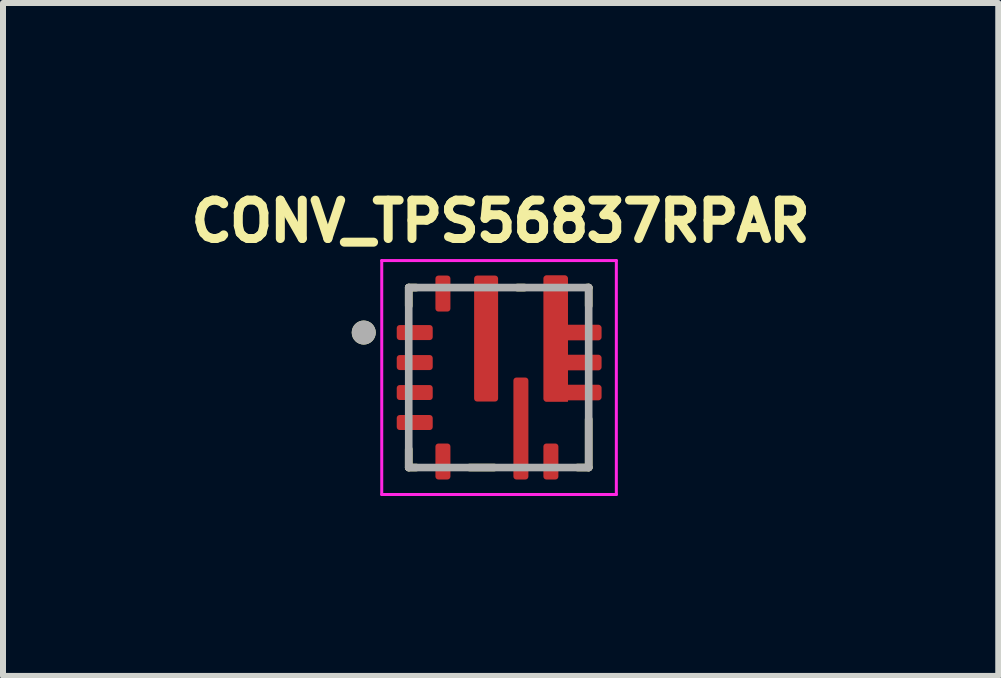
<source format=kicad_pcb>
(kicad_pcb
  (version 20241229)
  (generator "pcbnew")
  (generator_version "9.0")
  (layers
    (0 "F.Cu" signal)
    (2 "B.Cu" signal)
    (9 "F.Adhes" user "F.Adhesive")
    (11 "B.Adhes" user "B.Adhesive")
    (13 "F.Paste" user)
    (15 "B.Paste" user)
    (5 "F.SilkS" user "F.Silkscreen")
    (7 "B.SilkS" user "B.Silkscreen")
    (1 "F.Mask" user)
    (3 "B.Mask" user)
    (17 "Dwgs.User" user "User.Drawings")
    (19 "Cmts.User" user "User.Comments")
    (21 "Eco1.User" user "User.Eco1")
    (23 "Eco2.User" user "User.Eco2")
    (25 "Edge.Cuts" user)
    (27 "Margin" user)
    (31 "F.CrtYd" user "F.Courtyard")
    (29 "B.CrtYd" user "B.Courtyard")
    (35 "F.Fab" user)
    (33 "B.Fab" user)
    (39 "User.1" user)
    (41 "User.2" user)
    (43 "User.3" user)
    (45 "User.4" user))
  (footprint "CONV_TPS56837RPAR"
    (layer "F.Cu")
    (at 5.264 3.244)
    (property "Reference" "CONV_TPS56837RPAR" (at 0.032 -2.606 0) (layer "F.SilkS") (effects (font (size 0.64 0.64) (thickness 0.15))))
    (attr smd)
    (fp_poly (pts (xy -1.15 -0.555) (xy -1.65 -0.555) (xy -1.656 -0.555) (xy -1.663 -0.556) (xy -1.669 -0.556) (xy -1.675 -0.558) (xy -1.681 -0.559) (xy -1.687 -0.561) (xy -1.693 -0.563) (xy -1.699 -0.565) (xy -1.704 -0.568) (xy -1.71 -0.571) (xy -1.715 -0.574) (xy -1.721 -0.578) (xy -1.726 -0.582) (xy -1.73 -0.586) (xy -1.735 -0.59) (xy -1.739 -0.595) (xy -1.743 -0.599) (xy -1.747 -0.604) (xy -1.751 -0.61) (xy -1.754 -0.615) (xy -1.757 -0.621) (xy -1.76 -0.626) (xy -1.762 -0.632) (xy -1.764 -0.638) (xy -1.766 -0.644) (xy -1.767 -0.65) (xy -1.769 -0.656) (xy -1.769 -0.662) (xy -1.77 -0.669) (xy -1.77 -0.675) (xy -1.77 -0.825) (xy -1.77 -0.831) (xy -1.769 -0.838) (xy -1.769 -0.844) (xy -1.767 -0.85) (xy -1.766 -0.856) (xy -1.764 -0.862) (xy -1.762 -0.868) (xy -1.76 -0.874) (xy -1.757 -0.879) (xy -1.754 -0.885) (xy -1.751 -0.89) (xy -1.747 -0.896) (xy -1.743 -0.901) (xy -1.739 -0.905) (xy -1.735 -0.91) (xy -1.73 -0.914) (xy -1.726 -0.918) (xy -1.721 -0.922) (xy -1.715 -0.926) (xy -1.71 -0.929) (xy -1.704 -0.932) (xy -1.699 -0.935) (xy -1.693 -0.937) (xy -1.687 -0.939) (xy -1.681 -0.941) (xy -1.675 -0.942) (xy -1.669 -0.944) (xy -1.663 -0.944) (xy -1.656 -0.945) (xy -1.65 -0.945) (xy -1.15 -0.945) (xy -1.144 -0.945) (xy -1.137 -0.944) (xy -1.131 -0.944) (xy -1.125 -0.942) (xy -1.119 -0.941) (xy -1.113 -0.939) (xy -1.107 -0.937) (xy -1.101 -0.935) (xy -1.096 -0.932) (xy -1.09 -0.929) (xy -1.085 -0.926) (xy -1.079 -0.922) (xy -1.074 -0.918) (xy -1.07 -0.914) (xy -1.065 -0.91) (xy -1.061 -0.905) (xy -1.057 -0.901) (xy -1.053 -0.896) (xy -1.049 -0.89) (xy -1.046 -0.885) (xy -1.043 -0.879) (xy -1.04 -0.874) (xy -1.038 -0.868) (xy -1.036 -0.862) (xy -1.034 -0.856) (xy -1.033 -0.85) (xy -1.031 -0.844) (xy -1.031 -0.838) (xy -1.03 -0.831) (xy -1.03 -0.825) (xy -1.03 -0.675) (xy -1.03 -0.669) (xy -1.031 -0.662) (xy -1.031 -0.656) (xy -1.033 -0.65) (xy -1.034 -0.644) (xy -1.036 -0.638) (xy -1.038 -0.632) (xy -1.04 -0.626) (xy -1.043 -0.621) (xy -1.046 -0.615) (xy -1.049 -0.61) (xy -1.053 -0.604) (xy -1.057 -0.599) (xy -1.061 -0.595) (xy -1.065 -0.59) (xy -1.07 -0.586) (xy -1.074 -0.582) (xy -1.079 -0.578) (xy -1.085 -0.574) (xy -1.09 -0.571) (xy -1.096 -0.568) (xy -1.101 -0.565) (xy -1.107 -0.563) (xy -1.113 -0.561) (xy -1.119 -0.559) (xy -1.125 -0.558) (xy -1.131 -0.556) (xy -1.137 -0.556) (xy -1.144 -0.555) (xy -1.15 -0.555)) (stroke (width 0.01) (type solid)) (fill yes) (layer "F.Mask"))
    (fp_poly (pts (xy -1.15 -0.055) (xy -1.65 -0.055) (xy -1.656 -0.055) (xy -1.663 -0.056) (xy -1.669 -0.056) (xy -1.675 -0.058) (xy -1.681 -0.059) (xy -1.687 -0.061) (xy -1.693 -0.063) (xy -1.699 -0.065) (xy -1.704 -0.068) (xy -1.71 -0.071) (xy -1.715 -0.074) (xy -1.721 -0.078) (xy -1.726 -0.082) (xy -1.73 -0.086) (xy -1.735 -0.09) (xy -1.739 -0.095) (xy -1.743 -0.099) (xy -1.747 -0.104) (xy -1.751 -0.11) (xy -1.754 -0.115) (xy -1.757 -0.121) (xy -1.76 -0.126) (xy -1.762 -0.132) (xy -1.764 -0.138) (xy -1.766 -0.144) (xy -1.767 -0.15) (xy -1.769 -0.156) (xy -1.769 -0.162) (xy -1.77 -0.169) (xy -1.77 -0.175) (xy -1.77 -0.325) (xy -1.77 -0.331) (xy -1.769 -0.338) (xy -1.769 -0.344) (xy -1.767 -0.35) (xy -1.766 -0.356) (xy -1.764 -0.362) (xy -1.762 -0.368) (xy -1.76 -0.374) (xy -1.757 -0.379) (xy -1.754 -0.385) (xy -1.751 -0.39) (xy -1.747 -0.396) (xy -1.743 -0.401) (xy -1.739 -0.405) (xy -1.735 -0.41) (xy -1.73 -0.414) (xy -1.726 -0.418) (xy -1.721 -0.422) (xy -1.715 -0.426) (xy -1.71 -0.429) (xy -1.704 -0.432) (xy -1.699 -0.435) (xy -1.693 -0.437) (xy -1.687 -0.439) (xy -1.681 -0.441) (xy -1.675 -0.442) (xy -1.669 -0.444) (xy -1.663 -0.444) (xy -1.656 -0.445) (xy -1.65 -0.445) (xy -1.15 -0.445) (xy -1.144 -0.445) (xy -1.137 -0.444) (xy -1.131 -0.444) (xy -1.125 -0.442) (xy -1.119 -0.441) (xy -1.113 -0.439) (xy -1.107 -0.437) (xy -1.101 -0.435) (xy -1.096 -0.432) (xy -1.09 -0.429) (xy -1.085 -0.426) (xy -1.079 -0.422) (xy -1.074 -0.418) (xy -1.07 -0.414) (xy -1.065 -0.41) (xy -1.061 -0.405) (xy -1.057 -0.401) (xy -1.053 -0.396) (xy -1.049 -0.39) (xy -1.046 -0.385) (xy -1.043 -0.379) (xy -1.04 -0.374) (xy -1.038 -0.368) (xy -1.036 -0.362) (xy -1.034 -0.356) (xy -1.033 -0.35) (xy -1.031 -0.344) (xy -1.031 -0.338) (xy -1.03 -0.331) (xy -1.03 -0.325) (xy -1.03 -0.175) (xy -1.03 -0.169) (xy -1.031 -0.162) (xy -1.031 -0.156) (xy -1.033 -0.15) (xy -1.034 -0.144) (xy -1.036 -0.138) (xy -1.038 -0.132) (xy -1.04 -0.126) (xy -1.043 -0.121) (xy -1.046 -0.115) (xy -1.049 -0.11) (xy -1.053 -0.104) (xy -1.057 -0.099) (xy -1.061 -0.095) (xy -1.065 -0.09) (xy -1.07 -0.086) (xy -1.074 -0.082) (xy -1.079 -0.078) (xy -1.085 -0.074) (xy -1.09 -0.071) (xy -1.096 -0.068) (xy -1.101 -0.065) (xy -1.107 -0.063) (xy -1.113 -0.061) (xy -1.119 -0.059) (xy -1.125 -0.058) (xy -1.131 -0.056) (xy -1.137 -0.056) (xy -1.144 -0.055) (xy -1.15 -0.055)) (stroke (width 0.01) (type solid)) (fill yes) (layer "F.Mask"))
    (fp_poly (pts (xy -1.15 0.445) (xy -1.65 0.445) (xy -1.656 0.445) (xy -1.663 0.444) (xy -1.669 0.444) (xy -1.675 0.442) (xy -1.681 0.441) (xy -1.687 0.439) (xy -1.693 0.437) (xy -1.699 0.435) (xy -1.704 0.432) (xy -1.71 0.429) (xy -1.715 0.426) (xy -1.721 0.422) (xy -1.726 0.418) (xy -1.73 0.414) (xy -1.735 0.41) (xy -1.739 0.405) (xy -1.743 0.401) (xy -1.747 0.396) (xy -1.751 0.39) (xy -1.754 0.385) (xy -1.757 0.379) (xy -1.76 0.374) (xy -1.762 0.368) (xy -1.764 0.362) (xy -1.766 0.356) (xy -1.767 0.35) (xy -1.769 0.344) (xy -1.769 0.338) (xy -1.77 0.331) (xy -1.77 0.325) (xy -1.77 0.175) (xy -1.77 0.169) (xy -1.769 0.162) (xy -1.769 0.156) (xy -1.767 0.15) (xy -1.766 0.144) (xy -1.764 0.138) (xy -1.762 0.132) (xy -1.76 0.126) (xy -1.757 0.121) (xy -1.754 0.115) (xy -1.751 0.11) (xy -1.747 0.104) (xy -1.743 0.099) (xy -1.739 0.095) (xy -1.735 0.09) (xy -1.73 0.086) (xy -1.726 0.082) (xy -1.721 0.078) (xy -1.715 0.074) (xy -1.71 0.071) (xy -1.704 0.068) (xy -1.699 0.065) (xy -1.693 0.063) (xy -1.687 0.061) (xy -1.681 0.059) (xy -1.675 0.058) (xy -1.669 0.056) (xy -1.663 0.056) (xy -1.656 0.055) (xy -1.65 0.055) (xy -1.15 0.055) (xy -1.144 0.055) (xy -1.137 0.056) (xy -1.131 0.056) (xy -1.125 0.058) (xy -1.119 0.059) (xy -1.113 0.061) (xy -1.107 0.063) (xy -1.101 0.065) (xy -1.096 0.068) (xy -1.09 0.071) (xy -1.085 0.074) (xy -1.079 0.078) (xy -1.074 0.082) (xy -1.07 0.086) (xy -1.065 0.09) (xy -1.061 0.095) (xy -1.057 0.099) (xy -1.053 0.104) (xy -1.049 0.11) (xy -1.046 0.115) (xy -1.043 0.121) (xy -1.04 0.126) (xy -1.038 0.132) (xy -1.036 0.138) (xy -1.034 0.144) (xy -1.033 0.15) (xy -1.031 0.156) (xy -1.031 0.162) (xy -1.03 0.169) (xy -1.03 0.175) (xy -1.03 0.325) (xy -1.03 0.331) (xy -1.031 0.338) (xy -1.031 0.344) (xy -1.033 0.35) (xy -1.034 0.356) (xy -1.036 0.362) (xy -1.038 0.368) (xy -1.04 0.374) (xy -1.043 0.379) (xy -1.046 0.385) (xy -1.049 0.39) (xy -1.053 0.396) (xy -1.057 0.401) (xy -1.061 0.405) (xy -1.065 0.41) (xy -1.07 0.414) (xy -1.074 0.418) (xy -1.079 0.422) (xy -1.085 0.426) (xy -1.09 0.429) (xy -1.096 0.432) (xy -1.101 0.435) (xy -1.107 0.437) (xy -1.113 0.439) (xy -1.119 0.441) (xy -1.125 0.442) (xy -1.131 0.444) (xy -1.137 0.444) (xy -1.144 0.445) (xy -1.15 0.445)) (stroke (width 0.01) (type solid)) (fill yes) (layer "F.Mask"))
    (fp_poly (pts (xy -1.15 0.945) (xy -1.65 0.945) (xy -1.656 0.945) (xy -1.663 0.944) (xy -1.669 0.944) (xy -1.675 0.942) (xy -1.681 0.941) (xy -1.687 0.939) (xy -1.693 0.937) (xy -1.699 0.935) (xy -1.704 0.932) (xy -1.71 0.929) (xy -1.715 0.926) (xy -1.721 0.922) (xy -1.726 0.918) (xy -1.73 0.914) (xy -1.735 0.91) (xy -1.739 0.905) (xy -1.743 0.901) (xy -1.747 0.896) (xy -1.751 0.89) (xy -1.754 0.885) (xy -1.757 0.879) (xy -1.76 0.874) (xy -1.762 0.868) (xy -1.764 0.862) (xy -1.766 0.856) (xy -1.767 0.85) (xy -1.769 0.844) (xy -1.769 0.838) (xy -1.77 0.831) (xy -1.77 0.825) (xy -1.77 0.675) (xy -1.77 0.669) (xy -1.769 0.662) (xy -1.769 0.656) (xy -1.767 0.65) (xy -1.766 0.644) (xy -1.764 0.638) (xy -1.762 0.632) (xy -1.76 0.626) (xy -1.757 0.621) (xy -1.754 0.615) (xy -1.751 0.61) (xy -1.747 0.604) (xy -1.743 0.599) (xy -1.739 0.595) (xy -1.735 0.59) (xy -1.73 0.586) (xy -1.726 0.582) (xy -1.721 0.578) (xy -1.715 0.574) (xy -1.71 0.571) (xy -1.704 0.568) (xy -1.699 0.565) (xy -1.693 0.563) (xy -1.687 0.561) (xy -1.681 0.559) (xy -1.675 0.558) (xy -1.669 0.556) (xy -1.663 0.556) (xy -1.656 0.555) (xy -1.65 0.555) (xy -1.15 0.555) (xy -1.144 0.555) (xy -1.137 0.556) (xy -1.131 0.556) (xy -1.125 0.558) (xy -1.119 0.559) (xy -1.113 0.561) (xy -1.107 0.563) (xy -1.101 0.565) (xy -1.096 0.568) (xy -1.09 0.571) (xy -1.085 0.574) (xy -1.079 0.578) (xy -1.074 0.582) (xy -1.07 0.586) (xy -1.065 0.59) (xy -1.061 0.595) (xy -1.057 0.599) (xy -1.053 0.604) (xy -1.049 0.61) (xy -1.046 0.615) (xy -1.043 0.621) (xy -1.04 0.626) (xy -1.038 0.632) (xy -1.036 0.638) (xy -1.034 0.644) (xy -1.033 0.65) (xy -1.031 0.656) (xy -1.031 0.662) (xy -1.03 0.669) (xy -1.03 0.675) (xy -1.03 0.825) (xy -1.03 0.831) (xy -1.031 0.838) (xy -1.031 0.844) (xy -1.033 0.85) (xy -1.034 0.856) (xy -1.036 0.862) (xy -1.038 0.868) (xy -1.04 0.874) (xy -1.043 0.879) (xy -1.046 0.885) (xy -1.049 0.89) (xy -1.053 0.896) (xy -1.057 0.901) (xy -1.061 0.905) (xy -1.065 0.91) (xy -1.07 0.914) (xy -1.074 0.918) (xy -1.079 0.922) (xy -1.085 0.926) (xy -1.09 0.929) (xy -1.096 0.932) (xy -1.101 0.935) (xy -1.107 0.937) (xy -1.113 0.939) (xy -1.119 0.941) (xy -1.125 0.942) (xy -1.131 0.944) (xy -1.137 0.944) (xy -1.144 0.945) (xy -1.15 0.945)) (stroke (width 0.01) (type solid)) (fill yes) (layer "F.Mask"))
    (fp_poly (pts (xy -1.125 -1.15) (xy -1.125 -1.65) (xy -1.125 -1.656) (xy -1.124 -1.663) (xy -1.124 -1.669) (xy -1.122 -1.675) (xy -1.121 -1.681) (xy -1.119 -1.687) (xy -1.117 -1.693) (xy -1.115 -1.699) (xy -1.112 -1.704) (xy -1.109 -1.71) (xy -1.106 -1.715) (xy -1.102 -1.721) (xy -1.098 -1.726) (xy -1.094 -1.73) (xy -1.09 -1.735) (xy -1.085 -1.739) (xy -1.081 -1.743) (xy -1.076 -1.747) (xy -1.07 -1.751) (xy -1.065 -1.754) (xy -1.059 -1.757) (xy -1.054 -1.76) (xy -1.048 -1.762) (xy -1.042 -1.764) (xy -1.036 -1.766) (xy -1.03 -1.767) (xy -1.024 -1.769) (xy -1.018 -1.769) (xy -1.011 -1.77) (xy -1.005 -1.77) (xy -0.855 -1.77) (xy -0.849 -1.77) (xy -0.842 -1.769) (xy -0.836 -1.769) (xy -0.83 -1.767) (xy -0.824 -1.766) (xy -0.818 -1.764) (xy -0.812 -1.762) (xy -0.806 -1.76) (xy -0.801 -1.757) (xy -0.795 -1.754) (xy -0.79 -1.751) (xy -0.784 -1.747) (xy -0.779 -1.743) (xy -0.775 -1.739) (xy -0.77 -1.735) (xy -0.766 -1.73) (xy -0.762 -1.726) (xy -0.758 -1.721) (xy -0.754 -1.715) (xy -0.751 -1.71) (xy -0.748 -1.704) (xy -0.745 -1.699) (xy -0.743 -1.693) (xy -0.741 -1.687) (xy -0.739 -1.681) (xy -0.738 -1.675) (xy -0.736 -1.669) (xy -0.736 -1.663) (xy -0.735 -1.656) (xy -0.735 -1.65) (xy -0.735 -1.15) (xy -0.735 -1.144) (xy -0.736 -1.137) (xy -0.736 -1.131) (xy -0.738 -1.125) (xy -0.739 -1.119) (xy -0.741 -1.113) (xy -0.743 -1.107) (xy -0.745 -1.101) (xy -0.748 -1.096) (xy -0.751 -1.09) (xy -0.754 -1.085) (xy -0.758 -1.079) (xy -0.762 -1.074) (xy -0.766 -1.07) (xy -0.77 -1.065) (xy -0.775 -1.061) (xy -0.779 -1.057) (xy -0.784 -1.053) (xy -0.79 -1.049) (xy -0.795 -1.046) (xy -0.801 -1.043) (xy -0.806 -1.04) (xy -0.812 -1.038) (xy -0.818 -1.036) (xy -0.824 -1.034) (xy -0.83 -1.033) (xy -0.836 -1.031) (xy -0.842 -1.031) (xy -0.849 -1.03) (xy -0.855 -1.03) (xy -1.005 -1.03) (xy -1.011 -1.03) (xy -1.018 -1.031) (xy -1.024 -1.031) (xy -1.03 -1.033) (xy -1.036 -1.034) (xy -1.042 -1.036) (xy -1.048 -1.038) (xy -1.054 -1.04) (xy -1.059 -1.043) (xy -1.065 -1.046) (xy -1.07 -1.049) (xy -1.076 -1.053) (xy -1.081 -1.057) (xy -1.085 -1.061) (xy -1.09 -1.065) (xy -1.094 -1.07) (xy -1.098 -1.074) (xy -1.102 -1.079) (xy -1.106 -1.085) (xy -1.109 -1.09) (xy -1.112 -1.096) (xy -1.115 -1.101) (xy -1.117 -1.107) (xy -1.119 -1.113) (xy -1.121 -1.119) (xy -1.122 -1.125) (xy -1.124 -1.131) (xy -1.124 -1.137) (xy -1.125 -1.144) (xy -1.125 -1.15)) (stroke (width 0.01) (type solid)) (fill yes) (layer "F.Mask"))
    (fp_poly (pts (xy -1.125 1.65) (xy -1.125 1.15) (xy -1.125 1.144) (xy -1.124 1.137) (xy -1.124 1.131) (xy -1.122 1.125) (xy -1.121 1.119) (xy -1.119 1.113) (xy -1.117 1.107) (xy -1.115 1.101) (xy -1.112 1.096) (xy -1.109 1.09) (xy -1.106 1.085) (xy -1.102 1.079) (xy -1.098 1.074) (xy -1.094 1.07) (xy -1.09 1.065) (xy -1.085 1.061) (xy -1.081 1.057) (xy -1.076 1.053) (xy -1.07 1.049) (xy -1.065 1.046) (xy -1.059 1.043) (xy -1.054 1.04) (xy -1.048 1.038) (xy -1.042 1.036) (xy -1.036 1.034) (xy -1.03 1.033) (xy -1.024 1.031) (xy -1.018 1.031) (xy -1.011 1.03) (xy -1.005 1.03) (xy -0.855 1.03) (xy -0.849 1.03) (xy -0.842 1.031) (xy -0.836 1.031) (xy -0.83 1.033) (xy -0.824 1.034) (xy -0.818 1.036) (xy -0.812 1.038) (xy -0.806 1.04) (xy -0.801 1.043) (xy -0.795 1.046) (xy -0.79 1.049) (xy -0.784 1.053) (xy -0.779 1.057) (xy -0.775 1.061) (xy -0.77 1.065) (xy -0.766 1.07) (xy -0.762 1.074) (xy -0.758 1.079) (xy -0.754 1.085) (xy -0.751 1.09) (xy -0.748 1.096) (xy -0.745 1.101) (xy -0.743 1.107) (xy -0.741 1.113) (xy -0.739 1.119) (xy -0.738 1.125) (xy -0.736 1.131) (xy -0.736 1.137) (xy -0.735 1.144) (xy -0.735 1.15) (xy -0.735 1.65) (xy -0.735 1.656) (xy -0.736 1.663) (xy -0.736 1.669) (xy -0.738 1.675) (xy -0.739 1.681) (xy -0.741 1.687) (xy -0.743 1.693) (xy -0.745 1.699) (xy -0.748 1.704) (xy -0.751 1.71) (xy -0.754 1.715) (xy -0.758 1.721) (xy -0.762 1.726) (xy -0.766 1.73) (xy -0.77 1.735) (xy -0.775 1.739) (xy -0.779 1.743) (xy -0.784 1.747) (xy -0.79 1.751) (xy -0.795 1.754) (xy -0.801 1.757) (xy -0.806 1.76) (xy -0.812 1.762) (xy -0.818 1.764) (xy -0.824 1.766) (xy -0.83 1.767) (xy -0.836 1.769) (xy -0.842 1.769) (xy -0.849 1.77) (xy -0.855 1.77) (xy -1.005 1.77) (xy -1.011 1.77) (xy -1.018 1.769) (xy -1.024 1.769) (xy -1.03 1.767) (xy -1.036 1.766) (xy -1.042 1.764) (xy -1.048 1.762) (xy -1.054 1.76) (xy -1.059 1.757) (xy -1.065 1.754) (xy -1.07 1.751) (xy -1.076 1.747) (xy -1.081 1.743) (xy -1.085 1.739) (xy -1.09 1.735) (xy -1.094 1.73) (xy -1.098 1.726) (xy -1.102 1.721) (xy -1.106 1.715) (xy -1.109 1.71) (xy -1.112 1.704) (xy -1.115 1.699) (xy -1.117 1.693) (xy -1.119 1.687) (xy -1.121 1.681) (xy -1.122 1.675) (xy -1.124 1.669) (xy -1.124 1.663) (xy -1.125 1.656) (xy -1.125 1.65)) (stroke (width 0.01) (type solid)) (fill yes) (layer "F.Mask"))
    (fp_poly (pts (xy -0.06 -1.77) (xy -0.36 -1.77) (xy -0.366 -1.77) (xy -0.373 -1.769) (xy -0.379 -1.769) (xy -0.385 -1.767) (xy -0.391 -1.766) (xy -0.397 -1.764) (xy -0.403 -1.762) (xy -0.409 -1.76) (xy -0.414 -1.757) (xy -0.42 -1.754) (xy -0.425 -1.751) (xy -0.431 -1.747) (xy -0.436 -1.743) (xy -0.44 -1.739) (xy -0.445 -1.735) (xy -0.449 -1.73) (xy -0.453 -1.726) (xy -0.457 -1.721) (xy -0.461 -1.715) (xy -0.464 -1.71) (xy -0.467 -1.704) (xy -0.47 -1.699) (xy -0.472 -1.693) (xy -0.474 -1.687) (xy -0.476 -1.681) (xy -0.477 -1.675) (xy -0.479 -1.669) (xy -0.479 -1.663) (xy -0.48 -1.656) (xy -0.48 -1.65) (xy -0.48 0.35) (xy -0.48 0.356) (xy -0.479 0.363) (xy -0.479 0.369) (xy -0.477 0.375) (xy -0.476 0.381) (xy -0.474 0.387) (xy -0.472 0.393) (xy -0.47 0.399) (xy -0.467 0.404) (xy -0.464 0.41) (xy -0.461 0.415) (xy -0.457 0.421) (xy -0.453 0.426) (xy -0.449 0.43) (xy -0.445 0.435) (xy -0.44 0.439) (xy -0.436 0.443) (xy -0.431 0.447) (xy -0.425 0.451) (xy -0.42 0.454) (xy -0.414 0.457) (xy -0.409 0.46) (xy -0.403 0.462) (xy -0.397 0.464) (xy -0.391 0.466) (xy -0.385 0.467) (xy -0.379 0.469) (xy -0.373 0.469) (xy -0.366 0.47) (xy -0.36 0.47) (xy -0.06 0.47) (xy -0.054 0.47) (xy -0.047 0.469) (xy -0.041 0.469) (xy -0.035 0.467) (xy -0.029 0.466) (xy -0.023 0.464) (xy -0.017 0.462) (xy -0.011 0.46) (xy -0.006 0.457) (xy 0 0.454) (xy 0.005 0.451) (xy 0.011 0.447) (xy 0.016 0.443) (xy 0.02 0.439) (xy 0.025 0.435) (xy 0.029 0.43) (xy 0.033 0.426) (xy 0.037 0.421) (xy 0.041 0.415) (xy 0.044 0.41) (xy 0.047 0.404) (xy 0.05 0.399) (xy 0.052 0.393) (xy 0.054 0.387) (xy 0.056 0.381) (xy 0.057 0.375) (xy 0.059 0.369) (xy 0.059 0.363) (xy 0.06 0.356) (xy 0.06 0.35) (xy 0.06 -1.65) (xy 0.06 -1.656) (xy 0.059 -1.663) (xy 0.059 -1.669) (xy 0.057 -1.675) (xy 0.056 -1.681) (xy 0.054 -1.687) (xy 0.052 -1.693) (xy 0.05 -1.699) (xy 0.047 -1.704) (xy 0.044 -1.71) (xy 0.041 -1.715) (xy 0.037 -1.721) (xy 0.033 -1.726) (xy 0.029 -1.73) (xy 0.025 -1.735) (xy 0.02 -1.739) (xy 0.016 -1.743) (xy 0.011 -1.747) (xy 0.005 -1.751) (xy 0 -1.754) (xy -0.006 -1.757) (xy -0.011 -1.76) (xy -0.017 -1.762) (xy -0.023 -1.764) (xy -0.029 -1.766) (xy -0.035 -1.767) (xy -0.041 -1.769) (xy -0.047 -1.769) (xy -0.054 -1.77) (xy -0.06 -1.77)) (stroke (width 0.01) (type solid)) (fill yes) (layer "F.Mask"))
    (fp_poly (pts (xy 0.175 0.05) (xy 0.175 1.65) (xy 0.175 1.656) (xy 0.176 1.663) (xy 0.176 1.669) (xy 0.178 1.675) (xy 0.179 1.681) (xy 0.181 1.687) (xy 0.183 1.693) (xy 0.185 1.699) (xy 0.188 1.704) (xy 0.191 1.71) (xy 0.194 1.715) (xy 0.198 1.721) (xy 0.202 1.726) (xy 0.206 1.73) (xy 0.21 1.735) (xy 0.215 1.739) (xy 0.219 1.743) (xy 0.224 1.747) (xy 0.23 1.751) (xy 0.235 1.754) (xy 0.241 1.757) (xy 0.246 1.76) (xy 0.252 1.762) (xy 0.258 1.764) (xy 0.264 1.766) (xy 0.27 1.767) (xy 0.276 1.769) (xy 0.282 1.769) (xy 0.289 1.77) (xy 0.295 1.77) (xy 0.445 1.77) (xy 0.451 1.77) (xy 0.458 1.769) (xy 0.464 1.769) (xy 0.47 1.767) (xy 0.476 1.766) (xy 0.482 1.764) (xy 0.488 1.762) (xy 0.494 1.76) (xy 0.499 1.757) (xy 0.505 1.754) (xy 0.51 1.751) (xy 0.516 1.747) (xy 0.521 1.743) (xy 0.525 1.739) (xy 0.53 1.735) (xy 0.534 1.73) (xy 0.538 1.726) (xy 0.542 1.721) (xy 0.546 1.715) (xy 0.549 1.71) (xy 0.552 1.704) (xy 0.555 1.699) (xy 0.557 1.693) (xy 0.559 1.687) (xy 0.561 1.681) (xy 0.562 1.675) (xy 0.564 1.669) (xy 0.564 1.663) (xy 0.565 1.656) (xy 0.565 1.65) (xy 0.565 0.05) (xy 0.565 0.044) (xy 0.564 0.037) (xy 0.564 0.031) (xy 0.562 0.025) (xy 0.561 0.019) (xy 0.559 0.013) (xy 0.557 0.007) (xy 0.555 0.001) (xy 0.552 -0.004) (xy 0.549 -0.01) (xy 0.546 -0.015) (xy 0.542 -0.021) (xy 0.538 -0.026) (xy 0.534 -0.03) (xy 0.53 -0.035) (xy 0.525 -0.039) (xy 0.521 -0.043) (xy 0.516 -0.047) (xy 0.51 -0.051) (xy 0.505 -0.054) (xy 0.499 -0.057) (xy 0.494 -0.06) (xy 0.488 -0.062) (xy 0.482 -0.064) (xy 0.476 -0.066) (xy 0.47 -0.067) (xy 0.464 -0.069) (xy 0.458 -0.069) (xy 0.451 -0.07) (xy 0.445 -0.07) (xy 0.295 -0.07) (xy 0.289 -0.07) (xy 0.282 -0.069) (xy 0.276 -0.069) (xy 0.27 -0.067) (xy 0.264 -0.066) (xy 0.258 -0.064) (xy 0.252 -0.062) (xy 0.246 -0.06) (xy 0.241 -0.057) (xy 0.235 -0.054) (xy 0.23 -0.051) (xy 0.224 -0.047) (xy 0.219 -0.043) (xy 0.215 -0.039) (xy 0.21 -0.035) (xy 0.206 -0.03) (xy 0.202 -0.026) (xy 0.198 -0.021) (xy 0.194 -0.015) (xy 0.191 -0.01) (xy 0.188 -0.004) (xy 0.185 0.001) (xy 0.183 0.007) (xy 0.181 0.013) (xy 0.179 0.019) (xy 0.178 0.025) (xy 0.176 0.031) (xy 0.176 0.037) (xy 0.175 0.044) (xy 0.175 0.05)) (stroke (width 0.01) (type solid)) (fill yes) (layer "F.Mask"))
    (fp_poly (pts (xy 0.675 1.65) (xy 0.675 1.15) (xy 0.675 1.144) (xy 0.676 1.137) (xy 0.676 1.131) (xy 0.678 1.125) (xy 0.679 1.119) (xy 0.681 1.113) (xy 0.683 1.107) (xy 0.685 1.101) (xy 0.688 1.096) (xy 0.691 1.09) (xy 0.694 1.085) (xy 0.698 1.079) (xy 0.702 1.074) (xy 0.706 1.07) (xy 0.71 1.065) (xy 0.715 1.061) (xy 0.719 1.057) (xy 0.724 1.053) (xy 0.73 1.049) (xy 0.735 1.046) (xy 0.741 1.043) (xy 0.746 1.04) (xy 0.752 1.038) (xy 0.758 1.036) (xy 0.764 1.034) (xy 0.77 1.033) (xy 0.776 1.031) (xy 0.782 1.031) (xy 0.789 1.03) (xy 0.795 1.03) (xy 0.945 1.03) (xy 0.951 1.03) (xy 0.958 1.031) (xy 0.964 1.031) (xy 0.97 1.033) (xy 0.976 1.034) (xy 0.982 1.036) (xy 0.988 1.038) (xy 0.994 1.04) (xy 0.999 1.043) (xy 1.005 1.046) (xy 1.01 1.049) (xy 1.016 1.053) (xy 1.021 1.057) (xy 1.025 1.061) (xy 1.03 1.065) (xy 1.034 1.07) (xy 1.038 1.074) (xy 1.042 1.079) (xy 1.046 1.085) (xy 1.049 1.09) (xy 1.052 1.096) (xy 1.055 1.101) (xy 1.057 1.107) (xy 1.059 1.113) (xy 1.061 1.119) (xy 1.062 1.125) (xy 1.064 1.131) (xy 1.064 1.137) (xy 1.065 1.144) (xy 1.065 1.15) (xy 1.065 1.65) (xy 1.065 1.656) (xy 1.064 1.663) (xy 1.064 1.669) (xy 1.062 1.675) (xy 1.061 1.681) (xy 1.059 1.687) (xy 1.057 1.693) (xy 1.055 1.699) (xy 1.052 1.704) (xy 1.049 1.71) (xy 1.046 1.715) (xy 1.042 1.721) (xy 1.038 1.726) (xy 1.034 1.73) (xy 1.03 1.735) (xy 1.025 1.739) (xy 1.021 1.743) (xy 1.016 1.747) (xy 1.01 1.751) (xy 1.005 1.754) (xy 0.999 1.757) (xy 0.994 1.76) (xy 0.988 1.762) (xy 0.982 1.764) (xy 0.976 1.766) (xy 0.97 1.767) (xy 0.964 1.769) (xy 0.958 1.769) (xy 0.951 1.77) (xy 0.945 1.77) (xy 0.795 1.77) (xy 0.789 1.77) (xy 0.782 1.769) (xy 0.776 1.769) (xy 0.77 1.767) (xy 0.764 1.766) (xy 0.758 1.764) (xy 0.752 1.762) (xy 0.746 1.76) (xy 0.741 1.757) (xy 0.735 1.754) (xy 0.73 1.751) (xy 0.724 1.747) (xy 0.719 1.743) (xy 0.715 1.739) (xy 0.71 1.735) (xy 0.706 1.73) (xy 0.702 1.726) (xy 0.698 1.721) (xy 0.694 1.715) (xy 0.691 1.71) (xy 0.688 1.704) (xy 0.685 1.699) (xy 0.683 1.693) (xy 0.681 1.687) (xy 0.679 1.681) (xy 0.678 1.675) (xy 0.676 1.669) (xy 0.676 1.663) (xy 0.675 1.656) (xy 0.675 1.65)) (stroke (width 0.01) (type solid)) (fill yes) (layer "F.Mask"))
    (fp_poly (pts (xy 1.22 -0.945) (xy 1.22 -1.65) (xy 1.22 -1.656) (xy 1.219 -1.663) (xy 1.219 -1.669) (xy 1.217 -1.675) (xy 1.216 -1.681) (xy 1.214 -1.687) (xy 1.212 -1.693) (xy 1.21 -1.699) (xy 1.207 -1.704) (xy 1.204 -1.71) (xy 1.201 -1.715) (xy 1.197 -1.721) (xy 1.193 -1.726) (xy 1.189 -1.73) (xy 1.185 -1.735) (xy 1.18 -1.739) (xy 1.176 -1.743) (xy 1.171 -1.747) (xy 1.165 -1.751) (xy 1.16 -1.754) (xy 1.154 -1.757) (xy 1.149 -1.76) (xy 1.143 -1.762) (xy 1.137 -1.764) (xy 1.131 -1.766) (xy 1.125 -1.767) (xy 1.119 -1.769) (xy 1.113 -1.769) (xy 1.106 -1.77) (xy 1.1 -1.77) (xy 0.8 -1.77) (xy 0.794 -1.77) (xy 0.787 -1.769) (xy 0.781 -1.769) (xy 0.775 -1.767) (xy 0.769 -1.766) (xy 0.763 -1.764) (xy 0.757 -1.762) (xy 0.751 -1.76) (xy 0.746 -1.757) (xy 0.74 -1.754) (xy 0.735 -1.751) (xy 0.729 -1.747) (xy 0.724 -1.743) (xy 0.72 -1.739) (xy 0.715 -1.735) (xy 0.711 -1.73) (xy 0.707 -1.726) (xy 0.703 -1.721) (xy 0.699 -1.715) (xy 0.696 -1.71) (xy 0.693 -1.704) (xy 0.69 -1.699) (xy 0.688 -1.693) (xy 0.686 -1.687) (xy 0.684 -1.681) (xy 0.683 -1.675) (xy 0.681 -1.669) (xy 0.681 -1.663) (xy 0.68 -1.656) (xy 0.68 -1.65) (xy 0.68 0.35) (xy 0.68 0.356) (xy 0.681 0.363) (xy 0.681 0.369) (xy 0.683 0.375) (xy 0.684 0.381) (xy 0.686 0.387) (xy 0.688 0.393) (xy 0.69 0.399) (xy 0.693 0.404) (xy 0.696 0.41) (xy 0.699 0.415) (xy 0.703 0.421) (xy 0.707 0.426) (xy 0.711 0.43) (xy 0.715 0.435) (xy 0.72 0.439) (xy 0.724 0.443) (xy 0.729 0.447) (xy 0.735 0.451) (xy 0.74 0.454) (xy 0.746 0.457) (xy 0.751 0.46) (xy 0.757 0.462) (xy 0.763 0.464) (xy 0.769 0.466) (xy 0.775 0.467) (xy 0.781 0.469) (xy 0.787 0.469) (xy 0.794 0.47) (xy 0.8 0.47) (xy 1.22 0.47) (xy 1.22 0.445) (xy 1.66 0.445) (xy 1.666 0.445) (xy 1.673 0.444) (xy 1.679 0.444) (xy 1.685 0.442) (xy 1.691 0.441) (xy 1.697 0.439) (xy 1.703 0.437) (xy 1.709 0.435) (xy 1.714 0.432) (xy 1.72 0.429) (xy 1.725 0.426) (xy 1.731 0.422) (xy 1.736 0.418) (xy 1.74 0.414) (xy 1.745 0.41) (xy 1.749 0.405) (xy 1.753 0.401) (xy 1.757 0.396) (xy 1.761 0.39) (xy 1.764 0.385) (xy 1.767 0.379) (xy 1.77 0.374) (xy 1.772 0.368) (xy 1.774 0.362) (xy 1.776 0.356) (xy 1.777 0.35) (xy 1.779 0.344) (xy 1.779 0.338) (xy 1.78 0.331) (xy 1.78 0.325) (xy 1.78 0.175) (xy 1.78 0.169) (xy 1.779 0.162) (xy 1.779 0.156) (xy 1.777 0.15) (xy 1.776 0.144) (xy 1.774 0.138) (xy 1.772 0.132) (xy 1.77 0.126) (xy 1.767 0.121) (xy 1.764 0.115) (xy 1.761 0.11) (xy 1.757 0.104) (xy 1.753 0.099) (xy 1.749 0.095) (xy 1.745 0.09) (xy 1.74 0.086) (xy 1.736 0.082) (xy 1.731 0.078) (xy 1.725 0.074) (xy 1.72 0.071) (xy 1.714 0.068) (xy 1.709 0.065) (xy 1.703 0.063) (xy 1.697 0.061) (xy 1.691 0.059) (xy 1.685 0.058) (xy 1.679 0.056) (xy 1.673 0.056) (xy 1.666 0.055) (xy 1.66 0.055) (xy 1.22 0.055) (xy 1.22 -0.055) (xy 1.66 -0.055) (xy 1.666 -0.055) (xy 1.673 -0.056) (xy 1.679 -0.056) (xy 1.685 -0.058) (xy 1.691 -0.059) (xy 1.697 -0.061) (xy 1.703 -0.063) (xy 1.709 -0.065) (xy 1.714 -0.068) (xy 1.72 -0.071) (xy 1.725 -0.074) (xy 1.731 -0.078) (xy 1.736 -0.082) (xy 1.74 -0.086) (xy 1.745 -0.09) (xy 1.749 -0.095) (xy 1.753 -0.099) (xy 1.757 -0.104) (xy 1.761 -0.11) (xy 1.764 -0.115) (xy 1.767 -0.121) (xy 1.77 -0.126) (xy 1.772 -0.132) (xy 1.774 -0.138) (xy 1.776 -0.144) (xy 1.777 -0.15) (xy 1.779 -0.156) (xy 1.779 -0.162) (xy 1.78 -0.169) (xy 1.78 -0.175) (xy 1.78 -0.325) (xy 1.78 -0.331) (xy 1.779 -0.338) (xy 1.779 -0.344) (xy 1.777 -0.35) (xy 1.776 -0.356) (xy 1.774 -0.362) (xy 1.772 -0.368) (xy 1.77 -0.374) (xy 1.767 -0.379) (xy 1.764 -0.385) (xy 1.761 -0.39) (xy 1.757 -0.396) (xy 1.753 -0.401) (xy 1.749 -0.405) (xy 1.745 -0.41) (xy 1.74 -0.414) (xy 1.736 -0.418) (xy 1.731 -0.422) (xy 1.725 -0.426) (xy 1.72 -0.429) (xy 1.714 -0.432) (xy 1.709 -0.435) (xy 1.703 -0.437) (xy 1.697 -0.439) (xy 1.691 -0.441) (xy 1.685 -0.442) (xy 1.679 -0.444) (xy 1.673 -0.444) (xy 1.666 -0.445) (xy 1.66 -0.445) (xy 1.22 -0.445) (xy 1.22 -0.555) (xy 1.66 -0.555) (xy 1.666 -0.555) (xy 1.673 -0.556) (xy 1.679 -0.556) (xy 1.685 -0.558) (xy 1.691 -0.559) (xy 1.697 -0.561) (xy 1.703 -0.563) (xy 1.709 -0.565) (xy 1.714 -0.568) (xy 1.72 -0.571) (xy 1.725 -0.574) (xy 1.731 -0.578) (xy 1.736 -0.582) (xy 1.74 -0.586) (xy 1.745 -0.59) (xy 1.749 -0.595) (xy 1.753 -0.599) (xy 1.757 -0.604) (xy 1.761 -0.61) (xy 1.764 -0.615) (xy 1.767 -0.621) (xy 1.77 -0.626) (xy 1.772 -0.632) (xy 1.774 -0.638) (xy 1.776 -0.644) (xy 1.777 -0.65) (xy 1.779 -0.656) (xy 1.779 -0.662) (xy 1.78 -0.669) (xy 1.78 -0.675) (xy 1.78 -0.825) (xy 1.78 -0.831) (xy 1.779 -0.838) (xy 1.779 -0.844) (xy 1.777 -0.85) (xy 1.776 -0.856) (xy 1.774 -0.862) (xy 1.772 -0.868) (xy 1.77 -0.874) (xy 1.767 -0.879) (xy 1.764 -0.885) (xy 1.761 -0.89) (xy 1.757 -0.896) (xy 1.753 -0.901) (xy 1.749 -0.905) (xy 1.745 -0.91) (xy 1.74 -0.914) (xy 1.736 -0.918) (xy 1.731 -0.922) (xy 1.725 -0.926) (xy 1.72 -0.929) (xy 1.714 -0.932) (xy 1.709 -0.935) (xy 1.703 -0.937) (xy 1.697 -0.939) (xy 1.691 -0.941) (xy 1.685 -0.942) (xy 1.679 -0.944) (xy 1.673 -0.944) (xy 1.666 -0.945) (xy 1.66 -0.945) (xy 1.22 -0.945)) (stroke (width 0.01) (type solid)) (fill yes) (layer "F.Mask"))
    (fp_line (start -1.5 -1.5) (end -1.5 -1.195) (stroke (width 0.127) (type solid)) (layer "F.SilkS"))
    (fp_line (start -1.5 1.5) (end -1.5 1.195) (stroke (width 0.127) (type solid)) (layer "F.SilkS"))
    (fp_line (start -1.375 -1.5) (end -1.5 -1.5) (stroke (width 0.127) (type solid)) (layer "F.SilkS"))
    (fp_line (start -1.375 1.5) (end -1.5 1.5) (stroke (width 0.127) (type solid)) (layer "F.SilkS"))
    (fp_line (start -0.485 1.5) (end -0.075 1.5) (stroke (width 0.127) (type solid)) (layer "F.SilkS"))
    (fp_line (start 0.43 -1.5) (end 0.31 -1.5) (stroke (width 0.127) (type solid)) (layer "F.SilkS"))
    (fp_line (start 1.315 1.5) (end 1.5 1.5) (stroke (width 0.127) (type solid)) (layer "F.SilkS"))
    (fp_line (start 1.47 -1.5) (end 1.5 -1.5) (stroke (width 0.127) (type solid)) (layer "F.SilkS"))
    (fp_line (start 1.5 -1.195) (end 1.5 -1.5) (stroke (width 0.127) (type solid)) (layer "F.SilkS"))
    (fp_line (start 1.5 1.5) (end 1.5 0.695) (stroke (width 0.127) (type solid)) (layer "F.SilkS"))
    (fp_circle (center -2.25 -0.75) (end -2.15 -0.75) (stroke (width 0.2) (type solid)) (fill no) (layer "F.SilkS"))
    (fp_poly (pts (xy -1.1 -0.675) (xy -1.1 -0.825) (xy -1.1 -0.828) (xy -1.1 -0.83) (xy -1.101 -0.833) (xy -1.101 -0.835) (xy -1.102 -0.838) (xy -1.102 -0.84) (xy -1.103 -0.843) (xy -1.104 -0.845) (xy -1.105 -0.848) (xy -1.107 -0.85) (xy -1.108 -0.852) (xy -1.11 -0.854) (xy -1.111 -0.856) (xy -1.113 -0.858) (xy -1.115 -0.86) (xy -1.117 -0.862) (xy -1.119 -0.864) (xy -1.121 -0.865) (xy -1.123 -0.867) (xy -1.125 -0.868) (xy -1.127 -0.87) (xy -1.13 -0.871) (xy -1.132 -0.872) (xy -1.135 -0.873) (xy -1.137 -0.873) (xy -1.14 -0.874) (xy -1.142 -0.874) (xy -1.145 -0.875) (xy -1.147 -0.875) (xy -1.15 -0.875) (xy -1.65 -0.875) (xy -1.653 -0.875) (xy -1.655 -0.875) (xy -1.658 -0.874) (xy -1.66 -0.874) (xy -1.663 -0.873) (xy -1.665 -0.873) (xy -1.668 -0.872) (xy -1.67 -0.871) (xy -1.673 -0.87) (xy -1.675 -0.868) (xy -1.677 -0.867) (xy -1.679 -0.865) (xy -1.681 -0.864) (xy -1.683 -0.862) (xy -1.685 -0.86) (xy -1.687 -0.858) (xy -1.689 -0.856) (xy -1.69 -0.854) (xy -1.692 -0.852) (xy -1.693 -0.85) (xy -1.695 -0.848) (xy -1.696 -0.845) (xy -1.697 -0.843) (xy -1.698 -0.84) (xy -1.698 -0.838) (xy -1.699 -0.835) (xy -1.699 -0.833) (xy -1.7 -0.83) (xy -1.7 -0.828) (xy -1.7 -0.825) (xy -1.7 -0.675) (xy -1.7 -0.672) (xy -1.7 -0.67) (xy -1.699 -0.667) (xy -1.699 -0.665) (xy -1.698 -0.662) (xy -1.698 -0.66) (xy -1.697 -0.657) (xy -1.696 -0.655) (xy -1.695 -0.652) (xy -1.693 -0.65) (xy -1.692 -0.648) (xy -1.69 -0.646) (xy -1.689 -0.644) (xy -1.687 -0.642) (xy -1.685 -0.64) (xy -1.683 -0.638) (xy -1.681 -0.636) (xy -1.679 -0.635) (xy -1.677 -0.633) (xy -1.675 -0.632) (xy -1.673 -0.63) (xy -1.67 -0.629) (xy -1.668 -0.628) (xy -1.665 -0.627) (xy -1.663 -0.627) (xy -1.66 -0.626) (xy -1.658 -0.626) (xy -1.655 -0.625) (xy -1.653 -0.625) (xy -1.65 -0.625) (xy -1.15 -0.625) (xy -1.147 -0.625) (xy -1.145 -0.625) (xy -1.142 -0.626) (xy -1.14 -0.626) (xy -1.137 -0.627) (xy -1.135 -0.627) (xy -1.132 -0.628) (xy -1.13 -0.629) (xy -1.127 -0.63) (xy -1.125 -0.632) (xy -1.123 -0.633) (xy -1.121 -0.635) (xy -1.119 -0.636) (xy -1.117 -0.638) (xy -1.115 -0.64) (xy -1.113 -0.642) (xy -1.111 -0.644) (xy -1.11 -0.646) (xy -1.108 -0.648) (xy -1.107 -0.65) (xy -1.105 -0.652) (xy -1.104 -0.655) (xy -1.103 -0.657) (xy -1.102 -0.66) (xy -1.102 -0.662) (xy -1.101 -0.665) (xy -1.101 -0.667) (xy -1.1 -0.67) (xy -1.1 -0.672) (xy -1.1 -0.675)) (stroke (width 0.01) (type solid)) (fill yes) (layer "F.Paste"))
    (fp_poly (pts (xy -1.1 -0.175) (xy -1.1 -0.325) (xy -1.1 -0.328) (xy -1.1 -0.33) (xy -1.101 -0.333) (xy -1.101 -0.335) (xy -1.102 -0.338) (xy -1.102 -0.34) (xy -1.103 -0.343) (xy -1.104 -0.345) (xy -1.105 -0.348) (xy -1.107 -0.35) (xy -1.108 -0.352) (xy -1.11 -0.354) (xy -1.111 -0.356) (xy -1.113 -0.358) (xy -1.115 -0.36) (xy -1.117 -0.362) (xy -1.119 -0.364) (xy -1.121 -0.365) (xy -1.123 -0.367) (xy -1.125 -0.368) (xy -1.127 -0.37) (xy -1.13 -0.371) (xy -1.132 -0.372) (xy -1.135 -0.373) (xy -1.137 -0.373) (xy -1.14 -0.374) (xy -1.142 -0.374) (xy -1.145 -0.375) (xy -1.147 -0.375) (xy -1.15 -0.375) (xy -1.65 -0.375) (xy -1.653 -0.375) (xy -1.655 -0.375) (xy -1.658 -0.374) (xy -1.66 -0.374) (xy -1.663 -0.373) (xy -1.665 -0.373) (xy -1.668 -0.372) (xy -1.67 -0.371) (xy -1.673 -0.37) (xy -1.675 -0.368) (xy -1.677 -0.367) (xy -1.679 -0.365) (xy -1.681 -0.364) (xy -1.683 -0.362) (xy -1.685 -0.36) (xy -1.687 -0.358) (xy -1.689 -0.356) (xy -1.69 -0.354) (xy -1.692 -0.352) (xy -1.693 -0.35) (xy -1.695 -0.348) (xy -1.696 -0.345) (xy -1.697 -0.343) (xy -1.698 -0.34) (xy -1.698 -0.338) (xy -1.699 -0.335) (xy -1.699 -0.333) (xy -1.7 -0.33) (xy -1.7 -0.328) (xy -1.7 -0.325) (xy -1.7 -0.175) (xy -1.7 -0.172) (xy -1.7 -0.17) (xy -1.699 -0.167) (xy -1.699 -0.165) (xy -1.698 -0.162) (xy -1.698 -0.16) (xy -1.697 -0.157) (xy -1.696 -0.155) (xy -1.695 -0.152) (xy -1.693 -0.15) (xy -1.692 -0.148) (xy -1.69 -0.146) (xy -1.689 -0.144) (xy -1.687 -0.142) (xy -1.685 -0.14) (xy -1.683 -0.138) (xy -1.681 -0.136) (xy -1.679 -0.135) (xy -1.677 -0.133) (xy -1.675 -0.132) (xy -1.673 -0.13) (xy -1.67 -0.129) (xy -1.668 -0.128) (xy -1.665 -0.127) (xy -1.663 -0.127) (xy -1.66 -0.126) (xy -1.658 -0.126) (xy -1.655 -0.125) (xy -1.653 -0.125) (xy -1.65 -0.125) (xy -1.15 -0.125) (xy -1.147 -0.125) (xy -1.145 -0.125) (xy -1.142 -0.126) (xy -1.14 -0.126) (xy -1.137 -0.127) (xy -1.135 -0.127) (xy -1.132 -0.128) (xy -1.13 -0.129) (xy -1.127 -0.13) (xy -1.125 -0.132) (xy -1.123 -0.133) (xy -1.121 -0.135) (xy -1.119 -0.136) (xy -1.117 -0.138) (xy -1.115 -0.14) (xy -1.113 -0.142) (xy -1.111 -0.144) (xy -1.11 -0.146) (xy -1.108 -0.148) (xy -1.107 -0.15) (xy -1.105 -0.152) (xy -1.104 -0.155) (xy -1.103 -0.157) (xy -1.102 -0.16) (xy -1.102 -0.162) (xy -1.101 -0.165) (xy -1.101 -0.167) (xy -1.1 -0.17) (xy -1.1 -0.172) (xy -1.1 -0.175)) (stroke (width 0.01) (type solid)) (fill yes) (layer "F.Paste"))
    (fp_poly (pts (xy -1.1 0.325) (xy -1.1 0.175) (xy -1.1 0.172) (xy -1.1 0.17) (xy -1.101 0.167) (xy -1.101 0.165) (xy -1.102 0.162) (xy -1.102 0.16) (xy -1.103 0.157) (xy -1.104 0.155) (xy -1.105 0.152) (xy -1.107 0.15) (xy -1.108 0.148) (xy -1.11 0.146) (xy -1.111 0.144) (xy -1.113 0.142) (xy -1.115 0.14) (xy -1.117 0.138) (xy -1.119 0.136) (xy -1.121 0.135) (xy -1.123 0.133) (xy -1.125 0.132) (xy -1.127 0.13) (xy -1.13 0.129) (xy -1.132 0.128) (xy -1.135 0.127) (xy -1.137 0.127) (xy -1.14 0.126) (xy -1.142 0.126) (xy -1.145 0.125) (xy -1.147 0.125) (xy -1.15 0.125) (xy -1.65 0.125) (xy -1.653 0.125) (xy -1.655 0.125) (xy -1.658 0.126) (xy -1.66 0.126) (xy -1.663 0.127) (xy -1.665 0.127) (xy -1.668 0.128) (xy -1.67 0.129) (xy -1.673 0.13) (xy -1.675 0.132) (xy -1.677 0.133) (xy -1.679 0.135) (xy -1.681 0.136) (xy -1.683 0.138) (xy -1.685 0.14) (xy -1.687 0.142) (xy -1.689 0.144) (xy -1.69 0.146) (xy -1.692 0.148) (xy -1.693 0.15) (xy -1.695 0.152) (xy -1.696 0.155) (xy -1.697 0.157) (xy -1.698 0.16) (xy -1.698 0.162) (xy -1.699 0.165) (xy -1.699 0.167) (xy -1.7 0.17) (xy -1.7 0.172) (xy -1.7 0.175) (xy -1.7 0.325) (xy -1.7 0.328) (xy -1.7 0.33) (xy -1.699 0.333) (xy -1.699 0.335) (xy -1.698 0.338) (xy -1.698 0.34) (xy -1.697 0.343) (xy -1.696 0.345) (xy -1.695 0.348) (xy -1.693 0.35) (xy -1.692 0.352) (xy -1.69 0.354) (xy -1.689 0.356) (xy -1.687 0.358) (xy -1.685 0.36) (xy -1.683 0.362) (xy -1.681 0.364) (xy -1.679 0.365) (xy -1.677 0.367) (xy -1.675 0.368) (xy -1.673 0.37) (xy -1.67 0.371) (xy -1.668 0.372) (xy -1.665 0.373) (xy -1.663 0.373) (xy -1.66 0.374) (xy -1.658 0.374) (xy -1.655 0.375) (xy -1.653 0.375) (xy -1.65 0.375) (xy -1.15 0.375) (xy -1.147 0.375) (xy -1.145 0.375) (xy -1.142 0.374) (xy -1.14 0.374) (xy -1.137 0.373) (xy -1.135 0.373) (xy -1.132 0.372) (xy -1.13 0.371) (xy -1.127 0.37) (xy -1.125 0.368) (xy -1.123 0.367) (xy -1.121 0.365) (xy -1.119 0.364) (xy -1.117 0.362) (xy -1.115 0.36) (xy -1.113 0.358) (xy -1.111 0.356) (xy -1.11 0.354) (xy -1.108 0.352) (xy -1.107 0.35) (xy -1.105 0.348) (xy -1.104 0.345) (xy -1.103 0.343) (xy -1.102 0.34) (xy -1.102 0.338) (xy -1.101 0.335) (xy -1.101 0.333) (xy -1.1 0.33) (xy -1.1 0.328) (xy -1.1 0.325)) (stroke (width 0.01) (type solid)) (fill yes) (layer "F.Paste"))
    (fp_poly (pts (xy -1.1 0.825) (xy -1.1 0.675) (xy -1.1 0.672) (xy -1.1 0.67) (xy -1.101 0.667) (xy -1.101 0.665) (xy -1.102 0.662) (xy -1.102 0.66) (xy -1.103 0.657) (xy -1.104 0.655) (xy -1.105 0.652) (xy -1.107 0.65) (xy -1.108 0.648) (xy -1.11 0.646) (xy -1.111 0.644) (xy -1.113 0.642) (xy -1.115 0.64) (xy -1.117 0.638) (xy -1.119 0.636) (xy -1.121 0.635) (xy -1.123 0.633) (xy -1.125 0.632) (xy -1.127 0.63) (xy -1.13 0.629) (xy -1.132 0.628) (xy -1.135 0.627) (xy -1.137 0.627) (xy -1.14 0.626) (xy -1.142 0.626) (xy -1.145 0.625) (xy -1.147 0.625) (xy -1.15 0.625) (xy -1.65 0.625) (xy -1.653 0.625) (xy -1.655 0.625) (xy -1.658 0.626) (xy -1.66 0.626) (xy -1.663 0.627) (xy -1.665 0.627) (xy -1.668 0.628) (xy -1.67 0.629) (xy -1.673 0.63) (xy -1.675 0.632) (xy -1.677 0.633) (xy -1.679 0.635) (xy -1.681 0.636) (xy -1.683 0.638) (xy -1.685 0.64) (xy -1.687 0.642) (xy -1.689 0.644) (xy -1.69 0.646) (xy -1.692 0.648) (xy -1.693 0.65) (xy -1.695 0.652) (xy -1.696 0.655) (xy -1.697 0.657) (xy -1.698 0.66) (xy -1.698 0.662) (xy -1.699 0.665) (xy -1.699 0.667) (xy -1.7 0.67) (xy -1.7 0.672) (xy -1.7 0.675) (xy -1.7 0.825) (xy -1.7 0.828) (xy -1.7 0.83) (xy -1.699 0.833) (xy -1.699 0.835) (xy -1.698 0.838) (xy -1.698 0.84) (xy -1.697 0.843) (xy -1.696 0.845) (xy -1.695 0.848) (xy -1.693 0.85) (xy -1.692 0.852) (xy -1.69 0.854) (xy -1.689 0.856) (xy -1.687 0.858) (xy -1.685 0.86) (xy -1.683 0.862) (xy -1.681 0.864) (xy -1.679 0.865) (xy -1.677 0.867) (xy -1.675 0.868) (xy -1.673 0.87) (xy -1.67 0.871) (xy -1.668 0.872) (xy -1.665 0.873) (xy -1.663 0.873) (xy -1.66 0.874) (xy -1.658 0.874) (xy -1.655 0.875) (xy -1.653 0.875) (xy -1.65 0.875) (xy -1.15 0.875) (xy -1.147 0.875) (xy -1.145 0.875) (xy -1.142 0.874) (xy -1.14 0.874) (xy -1.137 0.873) (xy -1.135 0.873) (xy -1.132 0.872) (xy -1.13 0.871) (xy -1.127 0.87) (xy -1.125 0.868) (xy -1.123 0.867) (xy -1.121 0.865) (xy -1.119 0.864) (xy -1.117 0.862) (xy -1.115 0.86) (xy -1.113 0.858) (xy -1.111 0.856) (xy -1.11 0.854) (xy -1.108 0.852) (xy -1.107 0.85) (xy -1.105 0.848) (xy -1.104 0.845) (xy -1.103 0.843) (xy -1.102 0.84) (xy -1.102 0.838) (xy -1.101 0.835) (xy -1.101 0.833) (xy -1.1 0.83) (xy -1.1 0.828) (xy -1.1 0.825)) (stroke (width 0.01) (type solid)) (fill yes) (layer "F.Paste"))
    (fp_poly (pts (xy -0.855 -1.7) (xy -1.005 -1.7) (xy -1.008 -1.7) (xy -1.01 -1.7) (xy -1.013 -1.699) (xy -1.015 -1.699) (xy -1.018 -1.698) (xy -1.02 -1.698) (xy -1.023 -1.697) (xy -1.025 -1.696) (xy -1.028 -1.695) (xy -1.03 -1.693) (xy -1.032 -1.692) (xy -1.034 -1.69) (xy -1.036 -1.689) (xy -1.038 -1.687) (xy -1.04 -1.685) (xy -1.042 -1.683) (xy -1.044 -1.681) (xy -1.045 -1.679) (xy -1.047 -1.677) (xy -1.048 -1.675) (xy -1.05 -1.673) (xy -1.051 -1.67) (xy -1.052 -1.668) (xy -1.053 -1.665) (xy -1.053 -1.663) (xy -1.054 -1.66) (xy -1.054 -1.658) (xy -1.055 -1.655) (xy -1.055 -1.653) (xy -1.055 -1.65) (xy -1.055 -1.15) (xy -1.055 -1.147) (xy -1.055 -1.145) (xy -1.054 -1.142) (xy -1.054 -1.14) (xy -1.053 -1.137) (xy -1.053 -1.135) (xy -1.052 -1.132) (xy -1.051 -1.13) (xy -1.05 -1.127) (xy -1.048 -1.125) (xy -1.047 -1.123) (xy -1.045 -1.121) (xy -1.044 -1.119) (xy -1.042 -1.117) (xy -1.04 -1.115) (xy -1.038 -1.113) (xy -1.036 -1.111) (xy -1.034 -1.11) (xy -1.032 -1.108) (xy -1.03 -1.107) (xy -1.028 -1.105) (xy -1.025 -1.104) (xy -1.023 -1.103) (xy -1.02 -1.102) (xy -1.018 -1.102) (xy -1.015 -1.101) (xy -1.013 -1.101) (xy -1.01 -1.1) (xy -1.008 -1.1) (xy -1.005 -1.1) (xy -0.855 -1.1) (xy -0.852 -1.1) (xy -0.85 -1.1) (xy -0.847 -1.101) (xy -0.845 -1.101) (xy -0.842 -1.102) (xy -0.84 -1.102) (xy -0.837 -1.103) (xy -0.835 -1.104) (xy -0.832 -1.105) (xy -0.83 -1.107) (xy -0.828 -1.108) (xy -0.826 -1.11) (xy -0.824 -1.111) (xy -0.822 -1.113) (xy -0.82 -1.115) (xy -0.818 -1.117) (xy -0.816 -1.119) (xy -0.815 -1.121) (xy -0.813 -1.123) (xy -0.812 -1.125) (xy -0.81 -1.127) (xy -0.809 -1.13) (xy -0.808 -1.132) (xy -0.807 -1.135) (xy -0.807 -1.137) (xy -0.806 -1.14) (xy -0.806 -1.142) (xy -0.805 -1.145) (xy -0.805 -1.147) (xy -0.805 -1.15) (xy -0.805 -1.65) (xy -0.805 -1.653) (xy -0.805 -1.655) (xy -0.806 -1.658) (xy -0.806 -1.66) (xy -0.807 -1.663) (xy -0.807 -1.665) (xy -0.808 -1.668) (xy -0.809 -1.67) (xy -0.81 -1.673) (xy -0.812 -1.675) (xy -0.813 -1.677) (xy -0.815 -1.679) (xy -0.816 -1.681) (xy -0.818 -1.683) (xy -0.82 -1.685) (xy -0.822 -1.687) (xy -0.824 -1.689) (xy -0.826 -1.69) (xy -0.828 -1.692) (xy -0.83 -1.693) (xy -0.832 -1.695) (xy -0.835 -1.696) (xy -0.837 -1.697) (xy -0.84 -1.698) (xy -0.842 -1.698) (xy -0.845 -1.699) (xy -0.847 -1.699) (xy -0.85 -1.7) (xy -0.852 -1.7) (xy -0.855 -1.7)) (stroke (width 0.01) (type solid)) (fill yes) (layer "F.Paste"))
    (fp_poly (pts (xy -0.855 1.1) (xy -1.005 1.1) (xy -1.008 1.1) (xy -1.01 1.1) (xy -1.013 1.101) (xy -1.015 1.101) (xy -1.018 1.102) (xy -1.02 1.102) (xy -1.023 1.103) (xy -1.025 1.104) (xy -1.028 1.105) (xy -1.03 1.107) (xy -1.032 1.108) (xy -1.034 1.11) (xy -1.036 1.111) (xy -1.038 1.113) (xy -1.04 1.115) (xy -1.042 1.117) (xy -1.044 1.119) (xy -1.045 1.121) (xy -1.047 1.123) (xy -1.048 1.125) (xy -1.05 1.127) (xy -1.051 1.13) (xy -1.052 1.132) (xy -1.053 1.135) (xy -1.053 1.137) (xy -1.054 1.14) (xy -1.054 1.142) (xy -1.055 1.145) (xy -1.055 1.147) (xy -1.055 1.15) (xy -1.055 1.65) (xy -1.055 1.653) (xy -1.055 1.655) (xy -1.054 1.658) (xy -1.054 1.66) (xy -1.053 1.663) (xy -1.053 1.665) (xy -1.052 1.668) (xy -1.051 1.67) (xy -1.05 1.673) (xy -1.048 1.675) (xy -1.047 1.677) (xy -1.045 1.679) (xy -1.044 1.681) (xy -1.042 1.683) (xy -1.04 1.685) (xy -1.038 1.687) (xy -1.036 1.689) (xy -1.034 1.69) (xy -1.032 1.692) (xy -1.03 1.693) (xy -1.028 1.695) (xy -1.025 1.696) (xy -1.023 1.697) (xy -1.02 1.698) (xy -1.018 1.698) (xy -1.015 1.699) (xy -1.013 1.699) (xy -1.01 1.7) (xy -1.008 1.7) (xy -1.005 1.7) (xy -0.855 1.7) (xy -0.852 1.7) (xy -0.85 1.7) (xy -0.847 1.699) (xy -0.845 1.699) (xy -0.842 1.698) (xy -0.84 1.698) (xy -0.837 1.697) (xy -0.835 1.696) (xy -0.832 1.695) (xy -0.83 1.693) (xy -0.828 1.692) (xy -0.826 1.69) (xy -0.824 1.689) (xy -0.822 1.687) (xy -0.82 1.685) (xy -0.818 1.683) (xy -0.816 1.681) (xy -0.815 1.679) (xy -0.813 1.677) (xy -0.812 1.675) (xy -0.81 1.673) (xy -0.809 1.67) (xy -0.808 1.668) (xy -0.807 1.665) (xy -0.807 1.663) (xy -0.806 1.66) (xy -0.806 1.658) (xy -0.805 1.655) (xy -0.805 1.653) (xy -0.805 1.65) (xy -0.805 1.15) (xy -0.805 1.147) (xy -0.805 1.145) (xy -0.806 1.142) (xy -0.806 1.14) (xy -0.807 1.137) (xy -0.807 1.135) (xy -0.808 1.132) (xy -0.809 1.13) (xy -0.81 1.127) (xy -0.812 1.125) (xy -0.813 1.123) (xy -0.815 1.121) (xy -0.816 1.119) (xy -0.818 1.117) (xy -0.82 1.115) (xy -0.822 1.113) (xy -0.824 1.111) (xy -0.826 1.11) (xy -0.828 1.108) (xy -0.83 1.107) (xy -0.832 1.105) (xy -0.835 1.104) (xy -0.837 1.103) (xy -0.84 1.102) (xy -0.842 1.102) (xy -0.845 1.101) (xy -0.847 1.101) (xy -0.85 1.1) (xy -0.852 1.1) (xy -0.855 1.1)) (stroke (width 0.01) (type solid)) (fill yes) (layer "F.Paste"))
    (fp_poly (pts (xy -0.41 -0.5) (xy -0.41 0.35) (xy -0.41 0.353) (xy -0.41 0.355) (xy -0.409 0.358) (xy -0.409 0.36) (xy -0.408 0.363) (xy -0.408 0.365) (xy -0.407 0.368) (xy -0.406 0.37) (xy -0.405 0.373) (xy -0.403 0.375) (xy -0.402 0.377) (xy -0.4 0.379) (xy -0.399 0.381) (xy -0.397 0.383) (xy -0.395 0.385) (xy -0.393 0.387) (xy -0.391 0.389) (xy -0.389 0.39) (xy -0.387 0.392) (xy -0.385 0.393) (xy -0.383 0.395) (xy -0.38 0.396) (xy -0.378 0.397) (xy -0.375 0.398) (xy -0.373 0.398) (xy -0.37 0.399) (xy -0.368 0.399) (xy -0.365 0.4) (xy -0.363 0.4) (xy -0.36 0.4) (xy -0.06 0.4) (xy -0.057 0.4) (xy -0.055 0.4) (xy -0.052 0.399) (xy -0.05 0.399) (xy -0.047 0.398) (xy -0.045 0.398) (xy -0.042 0.397) (xy -0.04 0.396) (xy -0.037 0.395) (xy -0.035 0.393) (xy -0.033 0.392) (xy -0.031 0.39) (xy -0.029 0.389) (xy -0.027 0.387) (xy -0.025 0.385) (xy -0.023 0.383) (xy -0.021 0.381) (xy -0.02 0.379) (xy -0.018 0.377) (xy -0.017 0.375) (xy -0.015 0.373) (xy -0.014 0.37) (xy -0.013 0.368) (xy -0.012 0.365) (xy -0.012 0.363) (xy -0.011 0.36) (xy -0.011 0.358) (xy -0.01 0.355) (xy -0.01 0.353) (xy -0.01 0.35) (xy -0.01 -0.5) (xy -0.01 -0.503) (xy -0.01 -0.505) (xy -0.011 -0.508) (xy -0.011 -0.51) (xy -0.012 -0.513) (xy -0.012 -0.515) (xy -0.013 -0.518) (xy -0.014 -0.52) (xy -0.015 -0.523) (xy -0.017 -0.525) (xy -0.018 -0.527) (xy -0.02 -0.529) (xy -0.021 -0.531) (xy -0.023 -0.533) (xy -0.025 -0.535) (xy -0.027 -0.537) (xy -0.029 -0.539) (xy -0.031 -0.54) (xy -0.033 -0.542) (xy -0.035 -0.543) (xy -0.037 -0.545) (xy -0.04 -0.546) (xy -0.042 -0.547) (xy -0.045 -0.548) (xy -0.047 -0.548) (xy -0.05 -0.549) (xy -0.052 -0.549) (xy -0.055 -0.55) (xy -0.057 -0.55) (xy -0.06 -0.55) (xy -0.36 -0.55) (xy -0.363 -0.55) (xy -0.365 -0.55) (xy -0.368 -0.549) (xy -0.37 -0.549) (xy -0.373 -0.548) (xy -0.375 -0.548) (xy -0.378 -0.547) (xy -0.38 -0.546) (xy -0.383 -0.545) (xy -0.385 -0.543) (xy -0.387 -0.542) (xy -0.389 -0.54) (xy -0.391 -0.539) (xy -0.393 -0.537) (xy -0.395 -0.535) (xy -0.397 -0.533) (xy -0.399 -0.531) (xy -0.4 -0.529) (xy -0.402 -0.527) (xy -0.403 -0.525) (xy -0.405 -0.523) (xy -0.406 -0.52) (xy -0.407 -0.518) (xy -0.408 -0.515) (xy -0.408 -0.513) (xy -0.409 -0.51) (xy -0.409 -0.508) (xy -0.41 -0.505) (xy -0.41 -0.503) (xy -0.41 -0.5)) (stroke (width 0.01) (type solid)) (fill yes) (layer "F.Paste"))
    (fp_poly (pts (xy -0.01 -0.8) (xy -0.01 -1.65) (xy -0.01 -1.653) (xy -0.01 -1.655) (xy -0.011 -1.658) (xy -0.011 -1.66) (xy -0.012 -1.663) (xy -0.012 -1.665) (xy -0.013 -1.668) (xy -0.014 -1.67) (xy -0.015 -1.673) (xy -0.017 -1.675) (xy -0.018 -1.677) (xy -0.02 -1.679) (xy -0.021 -1.681) (xy -0.023 -1.683) (xy -0.025 -1.685) (xy -0.027 -1.687) (xy -0.029 -1.689) (xy -0.031 -1.69) (xy -0.033 -1.692) (xy -0.035 -1.693) (xy -0.037 -1.695) (xy -0.04 -1.696) (xy -0.042 -1.697) (xy -0.045 -1.698) (xy -0.047 -1.698) (xy -0.05 -1.699) (xy -0.052 -1.699) (xy -0.055 -1.7) (xy -0.057 -1.7) (xy -0.06 -1.7) (xy -0.36 -1.7) (xy -0.363 -1.7) (xy -0.365 -1.7) (xy -0.368 -1.699) (xy -0.37 -1.699) (xy -0.373 -1.698) (xy -0.375 -1.698) (xy -0.378 -1.697) (xy -0.38 -1.696) (xy -0.383 -1.695) (xy -0.385 -1.693) (xy -0.387 -1.692) (xy -0.389 -1.69) (xy -0.391 -1.689) (xy -0.393 -1.687) (xy -0.395 -1.685) (xy -0.397 -1.683) (xy -0.399 -1.681) (xy -0.4 -1.679) (xy -0.402 -1.677) (xy -0.403 -1.675) (xy -0.405 -1.673) (xy -0.406 -1.67) (xy -0.407 -1.668) (xy -0.408 -1.665) (xy -0.408 -1.663) (xy -0.409 -1.66) (xy -0.409 -1.658) (xy -0.41 -1.655) (xy -0.41 -1.653) (xy -0.41 -1.65) (xy -0.41 -0.8) (xy -0.41 -0.797) (xy -0.41 -0.795) (xy -0.409 -0.792) (xy -0.409 -0.79) (xy -0.408 -0.787) (xy -0.408 -0.785) (xy -0.407 -0.782) (xy -0.406 -0.78) (xy -0.405 -0.777) (xy -0.403 -0.775) (xy -0.402 -0.773) (xy -0.4 -0.771) (xy -0.399 -0.769) (xy -0.397 -0.767) (xy -0.395 -0.765) (xy -0.393 -0.763) (xy -0.391 -0.761) (xy -0.389 -0.76) (xy -0.387 -0.758) (xy -0.385 -0.757) (xy -0.383 -0.755) (xy -0.38 -0.754) (xy -0.378 -0.753) (xy -0.375 -0.752) (xy -0.373 -0.752) (xy -0.37 -0.751) (xy -0.368 -0.751) (xy -0.365 -0.75) (xy -0.363 -0.75) (xy -0.36 -0.75) (xy -0.06 -0.75) (xy -0.057 -0.75) (xy -0.055 -0.75) (xy -0.052 -0.751) (xy -0.05 -0.751) (xy -0.047 -0.752) (xy -0.045 -0.752) (xy -0.042 -0.753) (xy -0.04 -0.754) (xy -0.037 -0.755) (xy -0.035 -0.757) (xy -0.033 -0.758) (xy -0.031 -0.76) (xy -0.029 -0.761) (xy -0.027 -0.763) (xy -0.025 -0.765) (xy -0.023 -0.767) (xy -0.021 -0.769) (xy -0.02 -0.771) (xy -0.018 -0.773) (xy -0.017 -0.775) (xy -0.015 -0.777) (xy -0.014 -0.78) (xy -0.013 -0.782) (xy -0.012 -0.785) (xy -0.012 -0.787) (xy -0.011 -0.79) (xy -0.011 -0.792) (xy -0.01 -0.795) (xy -0.01 -0.797) (xy -0.01 -0.8)) (stroke (width 0.01) (type solid)) (fill yes) (layer "F.Paste"))
    (fp_poly (pts (xy 0.245 0.05) (xy 0.245 0.7) (xy 0.245 0.703) (xy 0.245 0.705) (xy 0.246 0.708) (xy 0.246 0.71) (xy 0.247 0.713) (xy 0.247 0.715) (xy 0.248 0.718) (xy 0.249 0.72) (xy 0.25 0.723) (xy 0.252 0.725) (xy 0.253 0.727) (xy 0.255 0.729) (xy 0.256 0.731) (xy 0.258 0.733) (xy 0.26 0.735) (xy 0.262 0.737) (xy 0.264 0.739) (xy 0.266 0.74) (xy 0.268 0.742) (xy 0.27 0.743) (xy 0.272 0.745) (xy 0.275 0.746) (xy 0.277 0.747) (xy 0.28 0.748) (xy 0.282 0.748) (xy 0.285 0.749) (xy 0.287 0.749) (xy 0.29 0.75) (xy 0.292 0.75) (xy 0.295 0.75) (xy 0.445 0.75) (xy 0.448 0.75) (xy 0.45 0.75) (xy 0.453 0.749) (xy 0.455 0.749) (xy 0.458 0.748) (xy 0.46 0.748) (xy 0.463 0.747) (xy 0.465 0.746) (xy 0.468 0.745) (xy 0.47 0.743) (xy 0.472 0.742) (xy 0.474 0.74) (xy 0.476 0.739) (xy 0.478 0.737) (xy 0.48 0.735) (xy 0.482 0.733) (xy 0.484 0.731) (xy 0.485 0.729) (xy 0.487 0.727) (xy 0.488 0.725) (xy 0.49 0.723) (xy 0.491 0.72) (xy 0.492 0.718) (xy 0.493 0.715) (xy 0.493 0.713) (xy 0.494 0.71) (xy 0.494 0.708) (xy 0.495 0.705) (xy 0.495 0.703) (xy 0.495 0.7) (xy 0.495 0.05) (xy 0.495 0.047) (xy 0.495 0.045) (xy 0.494 0.042) (xy 0.494 0.04) (xy 0.493 0.037) (xy 0.493 0.035) (xy 0.492 0.032) (xy 0.491 0.03) (xy 0.49 0.027) (xy 0.488 0.025) (xy 0.487 0.023) (xy 0.485 0.021) (xy 0.484 0.019) (xy 0.482 0.017) (xy 0.48 0.015) (xy 0.478 0.013) (xy 0.476 0.011) (xy 0.474 0.01) (xy 0.472 0.008) (xy 0.47 0.007) (xy 0.468 0.005) (xy 0.465 0.004) (xy 0.463 0.003) (xy 0.46 0.002) (xy 0.458 0.002) (xy 0.455 0.001) (xy 0.453 0.001) (xy 0.45 0) (xy 0.448 0) (xy 0.445 0) (xy 0.295 0) (xy 0.292 0) (xy 0.29 0) (xy 0.287 0.001) (xy 0.285 0.001) (xy 0.282 0.002) (xy 0.28 0.002) (xy 0.277 0.003) (xy 0.275 0.004) (xy 0.272 0.005) (xy 0.27 0.007) (xy 0.268 0.008) (xy 0.266 0.01) (xy 0.264 0.011) (xy 0.262 0.013) (xy 0.26 0.015) (xy 0.258 0.017) (xy 0.256 0.019) (xy 0.255 0.021) (xy 0.253 0.023) (xy 0.252 0.025) (xy 0.25 0.027) (xy 0.249 0.03) (xy 0.248 0.032) (xy 0.247 0.035) (xy 0.247 0.037) (xy 0.246 0.04) (xy 0.246 0.042) (xy 0.245 0.045) (xy 0.245 0.047) (xy 0.245 0.05)) (stroke (width 0.01) (type solid)) (fill yes) (layer "F.Paste"))
    (fp_poly (pts (xy 0.295 1.7) (xy 0.445 1.7) (xy 0.448 1.7) (xy 0.45 1.7) (xy 0.453 1.699) (xy 0.455 1.699) (xy 0.458 1.698) (xy 0.46 1.698) (xy 0.463 1.697) (xy 0.465 1.696) (xy 0.468 1.695) (xy 0.47 1.693) (xy 0.472 1.692) (xy 0.474 1.69) (xy 0.476 1.689) (xy 0.478 1.687) (xy 0.48 1.685) (xy 0.482 1.683) (xy 0.484 1.681) (xy 0.485 1.679) (xy 0.487 1.677) (xy 0.488 1.675) (xy 0.49 1.673) (xy 0.491 1.67) (xy 0.492 1.668) (xy 0.493 1.665) (xy 0.493 1.663) (xy 0.494 1.66) (xy 0.494 1.658) (xy 0.495 1.655) (xy 0.495 1.653) (xy 0.495 1.65) (xy 0.495 1) (xy 0.495 0.997) (xy 0.495 0.995) (xy 0.494 0.992) (xy 0.494 0.99) (xy 0.493 0.987) (xy 0.493 0.985) (xy 0.492 0.982) (xy 0.491 0.98) (xy 0.49 0.977) (xy 0.488 0.975) (xy 0.487 0.973) (xy 0.485 0.971) (xy 0.484 0.969) (xy 0.482 0.967) (xy 0.48 0.965) (xy 0.478 0.963) (xy 0.476 0.961) (xy 0.474 0.96) (xy 0.472 0.958) (xy 0.47 0.957) (xy 0.468 0.955) (xy 0.465 0.954) (xy 0.463 0.953) (xy 0.46 0.952) (xy 0.458 0.952) (xy 0.455 0.951) (xy 0.453 0.951) (xy 0.45 0.95) (xy 0.448 0.95) (xy 0.445 0.95) (xy 0.295 0.95) (xy 0.292 0.95) (xy 0.29 0.95) (xy 0.287 0.951) (xy 0.285 0.951) (xy 0.282 0.952) (xy 0.28 0.952) (xy 0.277 0.953) (xy 0.275 0.954) (xy 0.272 0.955) (xy 0.27 0.957) (xy 0.268 0.958) (xy 0.266 0.96) (xy 0.264 0.961) (xy 0.262 0.963) (xy 0.26 0.965) (xy 0.258 0.967) (xy 0.256 0.969) (xy 0.255 0.971) (xy 0.253 0.973) (xy 0.252 0.975) (xy 0.25 0.977) (xy 0.249 0.98) (xy 0.248 0.982) (xy 0.247 0.985) (xy 0.247 0.987) (xy 0.246 0.99) (xy 0.246 0.992) (xy 0.245 0.995) (xy 0.245 0.997) (xy 0.245 1) (xy 0.245 1.65) (xy 0.245 1.653) (xy 0.245 1.655) (xy 0.246 1.658) (xy 0.246 1.66) (xy 0.247 1.663) (xy 0.247 1.665) (xy 0.248 1.668) (xy 0.249 1.67) (xy 0.25 1.673) (xy 0.252 1.675) (xy 0.253 1.677) (xy 0.255 1.679) (xy 0.256 1.681) (xy 0.258 1.683) (xy 0.26 1.685) (xy 0.262 1.687) (xy 0.264 1.689) (xy 0.266 1.69) (xy 0.268 1.692) (xy 0.27 1.693) (xy 0.272 1.695) (xy 0.275 1.696) (xy 0.277 1.697) (xy 0.28 1.698) (xy 0.282 1.698) (xy 0.285 1.699) (xy 0.287 1.699) (xy 0.29 1.7) (xy 0.292 1.7) (xy 0.295 1.7)) (stroke (width 0.01) (type solid)) (fill yes) (layer "F.Paste"))
    (fp_poly (pts (xy 0.945 1.1) (xy 0.795 1.1) (xy 0.792 1.1) (xy 0.79 1.1) (xy 0.787 1.101) (xy 0.785 1.101) (xy 0.782 1.102) (xy 0.78 1.102) (xy 0.777 1.103) (xy 0.775 1.104) (xy 0.772 1.105) (xy 0.77 1.107) (xy 0.768 1.108) (xy 0.766 1.11) (xy 0.764 1.111) (xy 0.762 1.113) (xy 0.76 1.115) (xy 0.758 1.117) (xy 0.756 1.119) (xy 0.755 1.121) (xy 0.753 1.123) (xy 0.752 1.125) (xy 0.75 1.127) (xy 0.749 1.13) (xy 0.748 1.132) (xy 0.747 1.135) (xy 0.747 1.137) (xy 0.746 1.14) (xy 0.746 1.142) (xy 0.745 1.145) (xy 0.745 1.147) (xy 0.745 1.15) (xy 0.745 1.65) (xy 0.745 1.653) (xy 0.745 1.655) (xy 0.746 1.658) (xy 0.746 1.66) (xy 0.747 1.663) (xy 0.747 1.665) (xy 0.748 1.668) (xy 0.749 1.67) (xy 0.75 1.673) (xy 0.752 1.675) (xy 0.753 1.677) (xy 0.755 1.679) (xy 0.756 1.681) (xy 0.758 1.683) (xy 0.76 1.685) (xy 0.762 1.687) (xy 0.764 1.689) (xy 0.766 1.69) (xy 0.768 1.692) (xy 0.77 1.693) (xy 0.772 1.695) (xy 0.775 1.696) (xy 0.777 1.697) (xy 0.78 1.698) (xy 0.782 1.698) (xy 0.785 1.699) (xy 0.787 1.699) (xy 0.79 1.7) (xy 0.792 1.7) (xy 0.795 1.7) (xy 0.945 1.7) (xy 0.948 1.7) (xy 0.95 1.7) (xy 0.953 1.699) (xy 0.955 1.699) (xy 0.958 1.698) (xy 0.96 1.698) (xy 0.963 1.697) (xy 0.965 1.696) (xy 0.968 1.695) (xy 0.97 1.693) (xy 0.972 1.692) (xy 0.974 1.69) (xy 0.976 1.689) (xy 0.978 1.687) (xy 0.98 1.685) (xy 0.982 1.683) (xy 0.984 1.681) (xy 0.985 1.679) (xy 0.987 1.677) (xy 0.988 1.675) (xy 0.99 1.673) (xy 0.991 1.67) (xy 0.992 1.668) (xy 0.993 1.665) (xy 0.993 1.663) (xy 0.994 1.66) (xy 0.994 1.658) (xy 0.995 1.655) (xy 0.995 1.653) (xy 0.995 1.65) (xy 0.995 1.15) (xy 0.995 1.147) (xy 0.995 1.145) (xy 0.994 1.142) (xy 0.994 1.14) (xy 0.993 1.137) (xy 0.993 1.135) (xy 0.992 1.132) (xy 0.991 1.13) (xy 0.99 1.127) (xy 0.988 1.125) (xy 0.987 1.123) (xy 0.985 1.121) (xy 0.984 1.119) (xy 0.982 1.117) (xy 0.98 1.115) (xy 0.978 1.113) (xy 0.976 1.111) (xy 0.974 1.11) (xy 0.972 1.108) (xy 0.97 1.107) (xy 0.968 1.105) (xy 0.965 1.104) (xy 0.963 1.103) (xy 0.96 1.102) (xy 0.958 1.102) (xy 0.955 1.101) (xy 0.953 1.101) (xy 0.95 1.1) (xy 0.948 1.1) (xy 0.945 1.1)) (stroke (width 0.01) (type solid)) (fill yes) (layer "F.Paste"))
    (fp_poly (pts (xy 0.75 -1.65) (xy 0.75 0.35) (xy 0.75 0.353) (xy 0.75 0.355) (xy 0.751 0.358) (xy 0.751 0.36) (xy 0.752 0.363) (xy 0.752 0.365) (xy 0.753 0.368) (xy 0.754 0.37) (xy 0.755 0.373) (xy 0.757 0.375) (xy 0.758 0.377) (xy 0.76 0.379) (xy 0.761 0.381) (xy 0.763 0.383) (xy 0.765 0.385) (xy 0.767 0.387) (xy 0.769 0.389) (xy 0.771 0.39) (xy 0.773 0.392) (xy 0.775 0.393) (xy 0.777 0.395) (xy 0.78 0.396) (xy 0.782 0.397) (xy 0.785 0.398) (xy 0.787 0.398) (xy 0.79 0.399) (xy 0.792 0.399) (xy 0.795 0.4) (xy 0.797 0.4) (xy 0.8 0.4) (xy 1.15 0.4) (xy 1.15 0.375) (xy 1.66 0.375) (xy 1.663 0.375) (xy 1.665 0.375) (xy 1.668 0.374) (xy 1.67 0.374) (xy 1.673 0.373) (xy 1.675 0.373) (xy 1.678 0.372) (xy 1.68 0.371) (xy 1.683 0.37) (xy 1.685 0.368) (xy 1.687 0.367) (xy 1.689 0.365) (xy 1.691 0.364) (xy 1.693 0.362) (xy 1.695 0.36) (xy 1.697 0.358) (xy 1.699 0.356) (xy 1.7 0.354) (xy 1.702 0.352) (xy 1.703 0.35) (xy 1.705 0.348) (xy 1.706 0.345) (xy 1.707 0.343) (xy 1.708 0.34) (xy 1.708 0.338) (xy 1.709 0.335) (xy 1.709 0.333) (xy 1.71 0.33) (xy 1.71 0.328) (xy 1.71 0.325) (xy 1.71 0.175) (xy 1.71 0.172) (xy 1.71 0.17) (xy 1.709 0.167) (xy 1.709 0.165) (xy 1.708 0.162) (xy 1.708 0.16) (xy 1.707 0.157) (xy 1.706 0.155) (xy 1.705 0.152) (xy 1.703 0.15) (xy 1.702 0.148) (xy 1.7 0.146) (xy 1.699 0.144) (xy 1.697 0.142) (xy 1.695 0.14) (xy 1.693 0.138) (xy 1.691 0.136) (xy 1.689 0.135) (xy 1.687 0.133) (xy 1.685 0.132) (xy 1.683 0.13) (xy 1.68 0.129) (xy 1.678 0.128) (xy 1.675 0.127) (xy 1.673 0.127) (xy 1.67 0.126) (xy 1.668 0.126) (xy 1.665 0.125) (xy 1.663 0.125) (xy 1.66 0.125) (xy 1.15 0.125) (xy 1.15 -0.125) (xy 1.66 -0.125) (xy 1.663 -0.125) (xy 1.665 -0.125) (xy 1.668 -0.126) (xy 1.67 -0.126) (xy 1.673 -0.127) (xy 1.675 -0.127) (xy 1.678 -0.128) (xy 1.68 -0.129) (xy 1.683 -0.13) (xy 1.685 -0.132) (xy 1.687 -0.133) (xy 1.689 -0.135) (xy 1.691 -0.136) (xy 1.693 -0.138) (xy 1.695 -0.14) (xy 1.697 -0.142) (xy 1.699 -0.144) (xy 1.7 -0.146) (xy 1.702 -0.148) (xy 1.703 -0.15) (xy 1.705 -0.152) (xy 1.706 -0.155) (xy 1.707 -0.157) (xy 1.708 -0.16) (xy 1.708 -0.162) (xy 1.709 -0.165) (xy 1.709 -0.167) (xy 1.71 -0.17) (xy 1.71 -0.172) (xy 1.71 -0.175) (xy 1.71 -0.325) (xy 1.71 -0.328) (xy 1.71 -0.33) (xy 1.709 -0.333) (xy 1.709 -0.335) (xy 1.708 -0.338) (xy 1.708 -0.34) (xy 1.707 -0.343) (xy 1.706 -0.345) (xy 1.705 -0.348) (xy 1.703 -0.35) (xy 1.702 -0.352) (xy 1.7 -0.354) (xy 1.699 -0.356) (xy 1.697 -0.358) (xy 1.695 -0.36) (xy 1.693 -0.362) (xy 1.691 -0.364) (xy 1.689 -0.365) (xy 1.687 -0.367) (xy 1.685 -0.368) (xy 1.683 -0.37) (xy 1.68 -0.371) (xy 1.678 -0.372) (xy 1.675 -0.373) (xy 1.673 -0.373) (xy 1.67 -0.374) (xy 1.668 -0.374) (xy 1.665 -0.375) (xy 1.663 -0.375) (xy 1.66 -0.375) (xy 1.15 -0.375) (xy 1.15 -0.625) (xy 1.66 -0.625) (xy 1.663 -0.625) (xy 1.665 -0.625) (xy 1.668 -0.626) (xy 1.67 -0.626) (xy 1.673 -0.627) (xy 1.675 -0.627) (xy 1.678 -0.628) (xy 1.68 -0.629) (xy 1.683 -0.63) (xy 1.685 -0.632) (xy 1.687 -0.633) (xy 1.689 -0.635) (xy 1.691 -0.636) (xy 1.693 -0.638) (xy 1.695 -0.64) (xy 1.697 -0.642) (xy 1.699 -0.644) (xy 1.7 -0.646) (xy 1.702 -0.648) (xy 1.703 -0.65) (xy 1.705 -0.652) (xy 1.706 -0.655) (xy 1.707 -0.657) (xy 1.708 -0.66) (xy 1.708 -0.662) (xy 1.709 -0.665) (xy 1.709 -0.667) (xy 1.71 -0.67) (xy 1.71 -0.672) (xy 1.71 -0.675) (xy 1.71 -0.825) (xy 1.71 -0.828) (xy 1.71 -0.83) (xy 1.709 -0.833) (xy 1.709 -0.835) (xy 1.708 -0.838) (xy 1.708 -0.84) (xy 1.707 -0.843) (xy 1.706 -0.845) (xy 1.705 -0.848) (xy 1.703 -0.85) (xy 1.702 -0.852) (xy 1.7 -0.854) (xy 1.699 -0.856) (xy 1.697 -0.858) (xy 1.695 -0.86) (xy 1.693 -0.862) (xy 1.691 -0.864) (xy 1.689 -0.865) (xy 1.687 -0.867) (xy 1.685 -0.868) (xy 1.683 -0.87) (xy 1.68 -0.871) (xy 1.678 -0.872) (xy 1.675 -0.873) (xy 1.673 -0.873) (xy 1.67 -0.874) (xy 1.668 -0.874) (xy 1.665 -0.875) (xy 1.663 -0.875) (xy 1.66 -0.875) (xy 1.15 -0.875) (xy 1.15 -1.65) (xy 1.15 -1.653) (xy 1.15 -1.655) (xy 1.149 -1.658) (xy 1.149 -1.66) (xy 1.148 -1.663) (xy 1.148 -1.665) (xy 1.147 -1.668) (xy 1.146 -1.67) (xy 1.145 -1.673) (xy 1.143 -1.675) (xy 1.142 -1.677) (xy 1.14 -1.679) (xy 1.139 -1.681) (xy 1.137 -1.683) (xy 1.135 -1.685) (xy 1.133 -1.687) (xy 1.131 -1.689) (xy 1.129 -1.69) (xy 1.127 -1.692) (xy 1.125 -1.693) (xy 1.123 -1.695) (xy 1.12 -1.696) (xy 1.118 -1.697) (xy 1.115 -1.698) (xy 1.113 -1.698) (xy 1.11 -1.699) (xy 1.108 -1.699) (xy 1.105 -1.7) (xy 1.103 -1.7) (xy 1.1 -1.7) (xy 0.8 -1.7) (xy 0.797 -1.7) (xy 0.795 -1.7) (xy 0.792 -1.699) (xy 0.79 -1.699) (xy 0.787 -1.698) (xy 0.785 -1.698) (xy 0.782 -1.697) (xy 0.78 -1.696) (xy 0.777 -1.695) (xy 0.775 -1.693) (xy 0.773 -1.692) (xy 0.771 -1.69) (xy 0.769 -1.689) (xy 0.767 -1.687) (xy 0.765 -1.685) (xy 0.763 -1.683) (xy 0.761 -1.681) (xy 0.76 -1.679) (xy 0.758 -1.677) (xy 0.757 -1.675) (xy 0.755 -1.673) (xy 0.754 -1.67) (xy 0.753 -1.668) (xy 0.752 -1.665) (xy 0.752 -1.663) (xy 0.751 -1.66) (xy 0.751 -1.658) (xy 0.75 -1.655) (xy 0.75 -1.653) (xy 0.75 -1.65)) (stroke (width 0.01) (type solid)) (fill yes) (layer "F.Paste"))
    (fp_line (start -1.95 -1.95) (end -1.95 1.95) (stroke (width 0.05) (type solid)) (layer "F.CrtYd"))
    (fp_line (start -1.95 1.95) (end 1.961 1.95) (stroke (width 0.05) (type solid)) (layer "F.CrtYd"))
    (fp_line (start 1.961 -1.95) (end -1.95 -1.95) (stroke (width 0.05) (type solid)) (layer "F.CrtYd"))
    (fp_line (start 1.961 1.95) (end 1.961 -1.95) (stroke (width 0.05) (type solid)) (layer "F.CrtYd"))
    (fp_line (start -1.5 -1.5) (end -1.5 1.5) (stroke (width 0.127) (type solid)) (layer "F.Fab"))
    (fp_line (start -1.5 1.5) (end 1.5 1.5) (stroke (width 0.127) (type solid)) (layer "F.Fab"))
    (fp_line (start 1.5 -1.5) (end -1.5 -1.5) (stroke (width 0.127) (type solid)) (layer "F.Fab"))
    (fp_line (start 1.5 1.5) (end 1.5 -1.5) (stroke (width 0.127) (type solid)) (layer "F.Fab"))
    (fp_circle (center -2.25 -0.75) (end -2.15 -0.75) (stroke (width 0.2) (type solid)) (fill no) (layer "F.Fab"))
    (pad "1" smd roundrect (at -1.4 -0.75) (size 0.6 0.25) (layers "F.Cu") (roundrect_rratio 0.2))
    (pad "2" smd roundrect (at -1.4 -0.25) (size 0.6 0.25) (layers "F.Cu") (roundrect_rratio 0.2))
    (pad "3" smd roundrect (at -1.4 0.25) (size 0.6 0.25) (layers "F.Cu") (roundrect_rratio 0.2))
    (pad "4" smd roundrect (at -1.4 0.75) (size 0.6 0.25) (layers "F.Cu") (roundrect_rratio 0.2))
    (pad "5" smd roundrect (at -0.93 1.4) (size 0.25 0.6) (layers "F.Cu") (roundrect_rratio 0.2))
    (pad "6" smd roundrect (at 0.37 0.85) (size 0.25 1.7) (layers "F.Cu") (roundrect_rratio 0.2))
    (pad "7" smd roundrect (at 0.87 1.4) (size 0.25 0.6) (layers "F.Cu") (roundrect_rratio 0.2))
    (pad "8" smd custom (at 0.95 -0.65) (size 0.25 1.8) (layers "F.Cu") (options (anchor rect)) (primitives (gr_poly (pts (xy 0.15 -1.05) (xy -0.15 -1.05) (xy -0.153 -1.05) (xy -0.155 -1.05) (xy -0.158 -1.049) (xy -0.16 -1.049) (xy -0.163 -1.048) (xy -0.165 -1.048) (xy -0.168 -1.047) (xy -0.17 -1.046) (xy -0.173 -1.045) (xy -0.175 -1.043) (xy -0.177 -1.042) (xy -0.179 -1.04) (xy -0.181 -1.039) (xy -0.183 -1.037) (xy -0.185 -1.035) (xy -0.187 -1.033) (xy -0.189 -1.031) (xy -0.19 -1.029) (xy -0.192 -1.027) (xy -0.193 -1.025) (xy -0.195 -1.023) (xy -0.196 -1.02) (xy -0.197 -1.018) (xy -0.198 -1.015) (xy -0.198 -1.013) (xy -0.199 -1.01) (xy -0.199 -1.008) (xy -0.2 -1.005) (xy -0.2 -1.003) (xy -0.2 -1) (xy -0.2 1) (xy -0.2 1.003) (xy -0.2 1.005) (xy -0.199 1.008) (xy -0.199 1.01) (xy -0.198 1.013) (xy -0.198 1.015) (xy -0.197 1.018) (xy -0.196 1.02) (xy -0.195 1.023) (xy -0.193 1.025) (xy -0.192 1.027) (xy -0.19 1.029) (xy -0.189 1.031) (xy -0.187 1.033) (xy -0.185 1.035) (xy -0.183 1.037) (xy -0.181 1.039) (xy -0.179 1.04) (xy -0.177 1.042) (xy -0.175 1.043) (xy -0.173 1.045) (xy -0.17 1.046) (xy -0.168 1.047) (xy -0.165 1.048) (xy -0.163 1.048) (xy -0.16 1.049) (xy -0.158 1.049) (xy -0.155 1.05) (xy -0.153 1.05) (xy -0.15 1.05) (xy 0.2 1.05) (xy 0.2 1.025) (xy 0.71 1.025) (xy 0.713 1.025) (xy 0.715 1.025) (xy 0.718 1.024) (xy 0.72 1.024) (xy 0.723 1.023) (xy 0.725 1.023) (xy 0.728 1.022) (xy 0.73 1.021) (xy 0.733 1.02) (xy 0.735 1.018) (xy 0.737 1.017) (xy 0.739 1.015) (xy 0.741 1.014) (xy 0.743 1.012) (xy 0.745 1.01) (xy 0.747 1.008) (xy 0.749 1.006) (xy 0.75 1.004) (xy 0.752 1.002) (xy 0.753 1) (xy 0.755 0.998) (xy 0.756 0.995) (xy 0.757 0.993) (xy 0.758 0.99) (xy 0.758 0.988) (xy 0.759 0.985) (xy 0.759 0.983) (xy 0.76 0.98) (xy 0.76 0.978) (xy 0.76 0.975) (xy 0.76 0.825) (xy 0.76 0.822) (xy 0.76 0.82) (xy 0.759 0.817) (xy 0.759 0.815) (xy 0.758 0.812) (xy 0.758 0.81) (xy 0.757 0.807) (xy 0.756 0.805) (xy 0.755 0.802) (xy 0.753 0.8) (xy 0.752 0.798) (xy 0.75 0.796) (xy 0.749 0.794) (xy 0.747 0.792) (xy 0.745 0.79) (xy 0.743 0.788) (xy 0.741 0.786) (xy 0.739 0.785) (xy 0.737 0.783) (xy 0.735 0.782) (xy 0.733 0.78) (xy 0.73 0.779) (xy 0.728 0.778) (xy 0.725 0.777) (xy 0.723 0.777) (xy 0.72 0.776) (xy 0.718 0.776) (xy 0.715 0.775) (xy 0.713 0.775) (xy 0.71 0.775) (xy 0.2 0.775) (xy 0.2 0.525) (xy 0.71 0.525) (xy 0.713 0.525) (xy 0.715 0.525) (xy 0.718 0.524) (xy 0.72 0.524) (xy 0.723 0.523) (xy 0.725 0.523) (xy 0.728 0.522) (xy 0.73 0.521) (xy 0.733 0.52) (xy 0.735 0.518) (xy 0.737 0.517) (xy 0.739 0.515) (xy 0.741 0.514) (xy 0.743 0.512) (xy 0.745 0.51) (xy 0.747 0.508) (xy 0.749 0.506) (xy 0.75 0.504) (xy 0.752 0.502) (xy 0.753 0.5) (xy 0.755 0.498) (xy 0.756 0.495) (xy 0.757 0.493) (xy 0.758 0.49) (xy 0.758 0.488) (xy 0.759 0.485) (xy 0.759 0.483) (xy 0.76 0.48) (xy 0.76 0.478) (xy 0.76 0.475) (xy 0.76 0.325) (xy 0.76 0.322) (xy 0.76 0.32) (xy 0.759 0.317) (xy 0.759 0.315) (xy 0.758 0.312) (xy 0.758 0.31) (xy 0.757 0.307) (xy 0.756 0.305) (xy 0.755 0.302) (xy 0.753 0.3) (xy 0.752 0.298) (xy 0.75 0.296) (xy 0.749 0.294) (xy 0.747 0.292) (xy 0.745 0.29) (xy 0.743 0.288) (xy 0.741 0.286) (xy 0.739 0.285) (xy 0.737 0.283) (xy 0.735 0.282) (xy 0.733 0.28) (xy 0.73 0.279) (xy 0.728 0.278) (xy 0.725 0.277) (xy 0.723 0.277) (xy 0.72 0.276) (xy 0.718 0.276) (xy 0.715 0.275) (xy 0.713 0.275) (xy 0.71 0.275) (xy 0.2 0.275) (xy 0.2 0.025) (xy 0.71 0.025) (xy 0.713 0.025) (xy 0.715 0.025) (xy 0.718 0.024) (xy 0.72 0.024) (xy 0.723 0.023) (xy 0.725 0.023) (xy 0.728 0.022) (xy 0.73 0.021) (xy 0.733 0.02) (xy 0.735 0.018) (xy 0.737 0.017) (xy 0.739 0.015) (xy 0.741 0.014) (xy 0.743 0.012) (xy 0.745 0.01) (xy 0.747 0.008) (xy 0.749 0.006) (xy 0.75 0.004) (xy 0.752 0.002) (xy 0.753 0) (xy 0.755 -0.002) (xy 0.756 -0.005) (xy 0.757 -0.007) (xy 0.758 -0.01) (xy 0.758 -0.012) (xy 0.759 -0.015) (xy 0.759 -0.017) (xy 0.76 -0.02) (xy 0.76 -0.022) (xy 0.76 -0.025) (xy 0.76 -0.175) (xy 0.76 -0.178) (xy 0.76 -0.18) (xy 0.759 -0.183) (xy 0.759 -0.185) (xy 0.758 -0.188) (xy 0.758 -0.19) (xy 0.757 -0.193) (xy 0.756 -0.195) (xy 0.755 -0.198) (xy 0.753 -0.2) (xy 0.752 -0.202) (xy 0.75 -0.204) (xy 0.749 -0.206) (xy 0.747 -0.208) (xy 0.745 -0.21) (xy 0.743 -0.212) (xy 0.741 -0.214) (xy 0.739 -0.215) (xy 0.737 -0.217) (xy 0.735 -0.218) (xy 0.733 -0.22) (xy 0.73 -0.221) (xy 0.728 -0.222) (xy 0.725 -0.223) (xy 0.723 -0.223) (xy 0.72 -0.224) (xy 0.718 -0.224) (xy 0.715 -0.225) (xy 0.713 -0.225) (xy 0.71 -0.225) (xy 0.2 -0.225) (xy 0.2 -1) (xy 0.2 -1.003) (xy 0.2 -1.005) (xy 0.199 -1.008) (xy 0.199 -1.01) (xy 0.198 -1.013) (xy 0.198 -1.015) (xy 0.197 -1.018) (xy 0.196 -1.02) (xy 0.195 -1.023) (xy 0.193 -1.025) (xy 0.192 -1.027) (xy 0.19 -1.029) (xy 0.189 -1.031) (xy 0.187 -1.033) (xy 0.185 -1.035) (xy 0.183 -1.037) (xy 0.181 -1.039) (xy 0.179 -1.04) (xy 0.177 -1.042) (xy 0.175 -1.043) (xy 0.173 -1.045) (xy 0.17 -1.046) (xy 0.168 -1.047) (xy 0.165 -1.048) (xy 0.163 -1.048) (xy 0.16 -1.049) (xy 0.158 -1.049) (xy 0.155 -1.05) (xy 0.153 -1.05) (xy 0.15 -1.05)) (width 0.01) (fill yes))))
    (pad "9" smd roundrect (at -0.21 -0.65) (size 0.4 2.1) (layers "F.Cu") (roundrect_rratio 0.125))
    (pad "10" smd roundrect (at -0.93 -1.4) (size 0.25 0.6) (layers "F.Cu") (roundrect_rratio 0.2)))
  (gr_rect
    (start -3 -3)
    (end 13.592 8.219)
    (stroke (width 0.1) (type default))
    (fill no)
    (layer "Edge.Cuts")))
</source>
